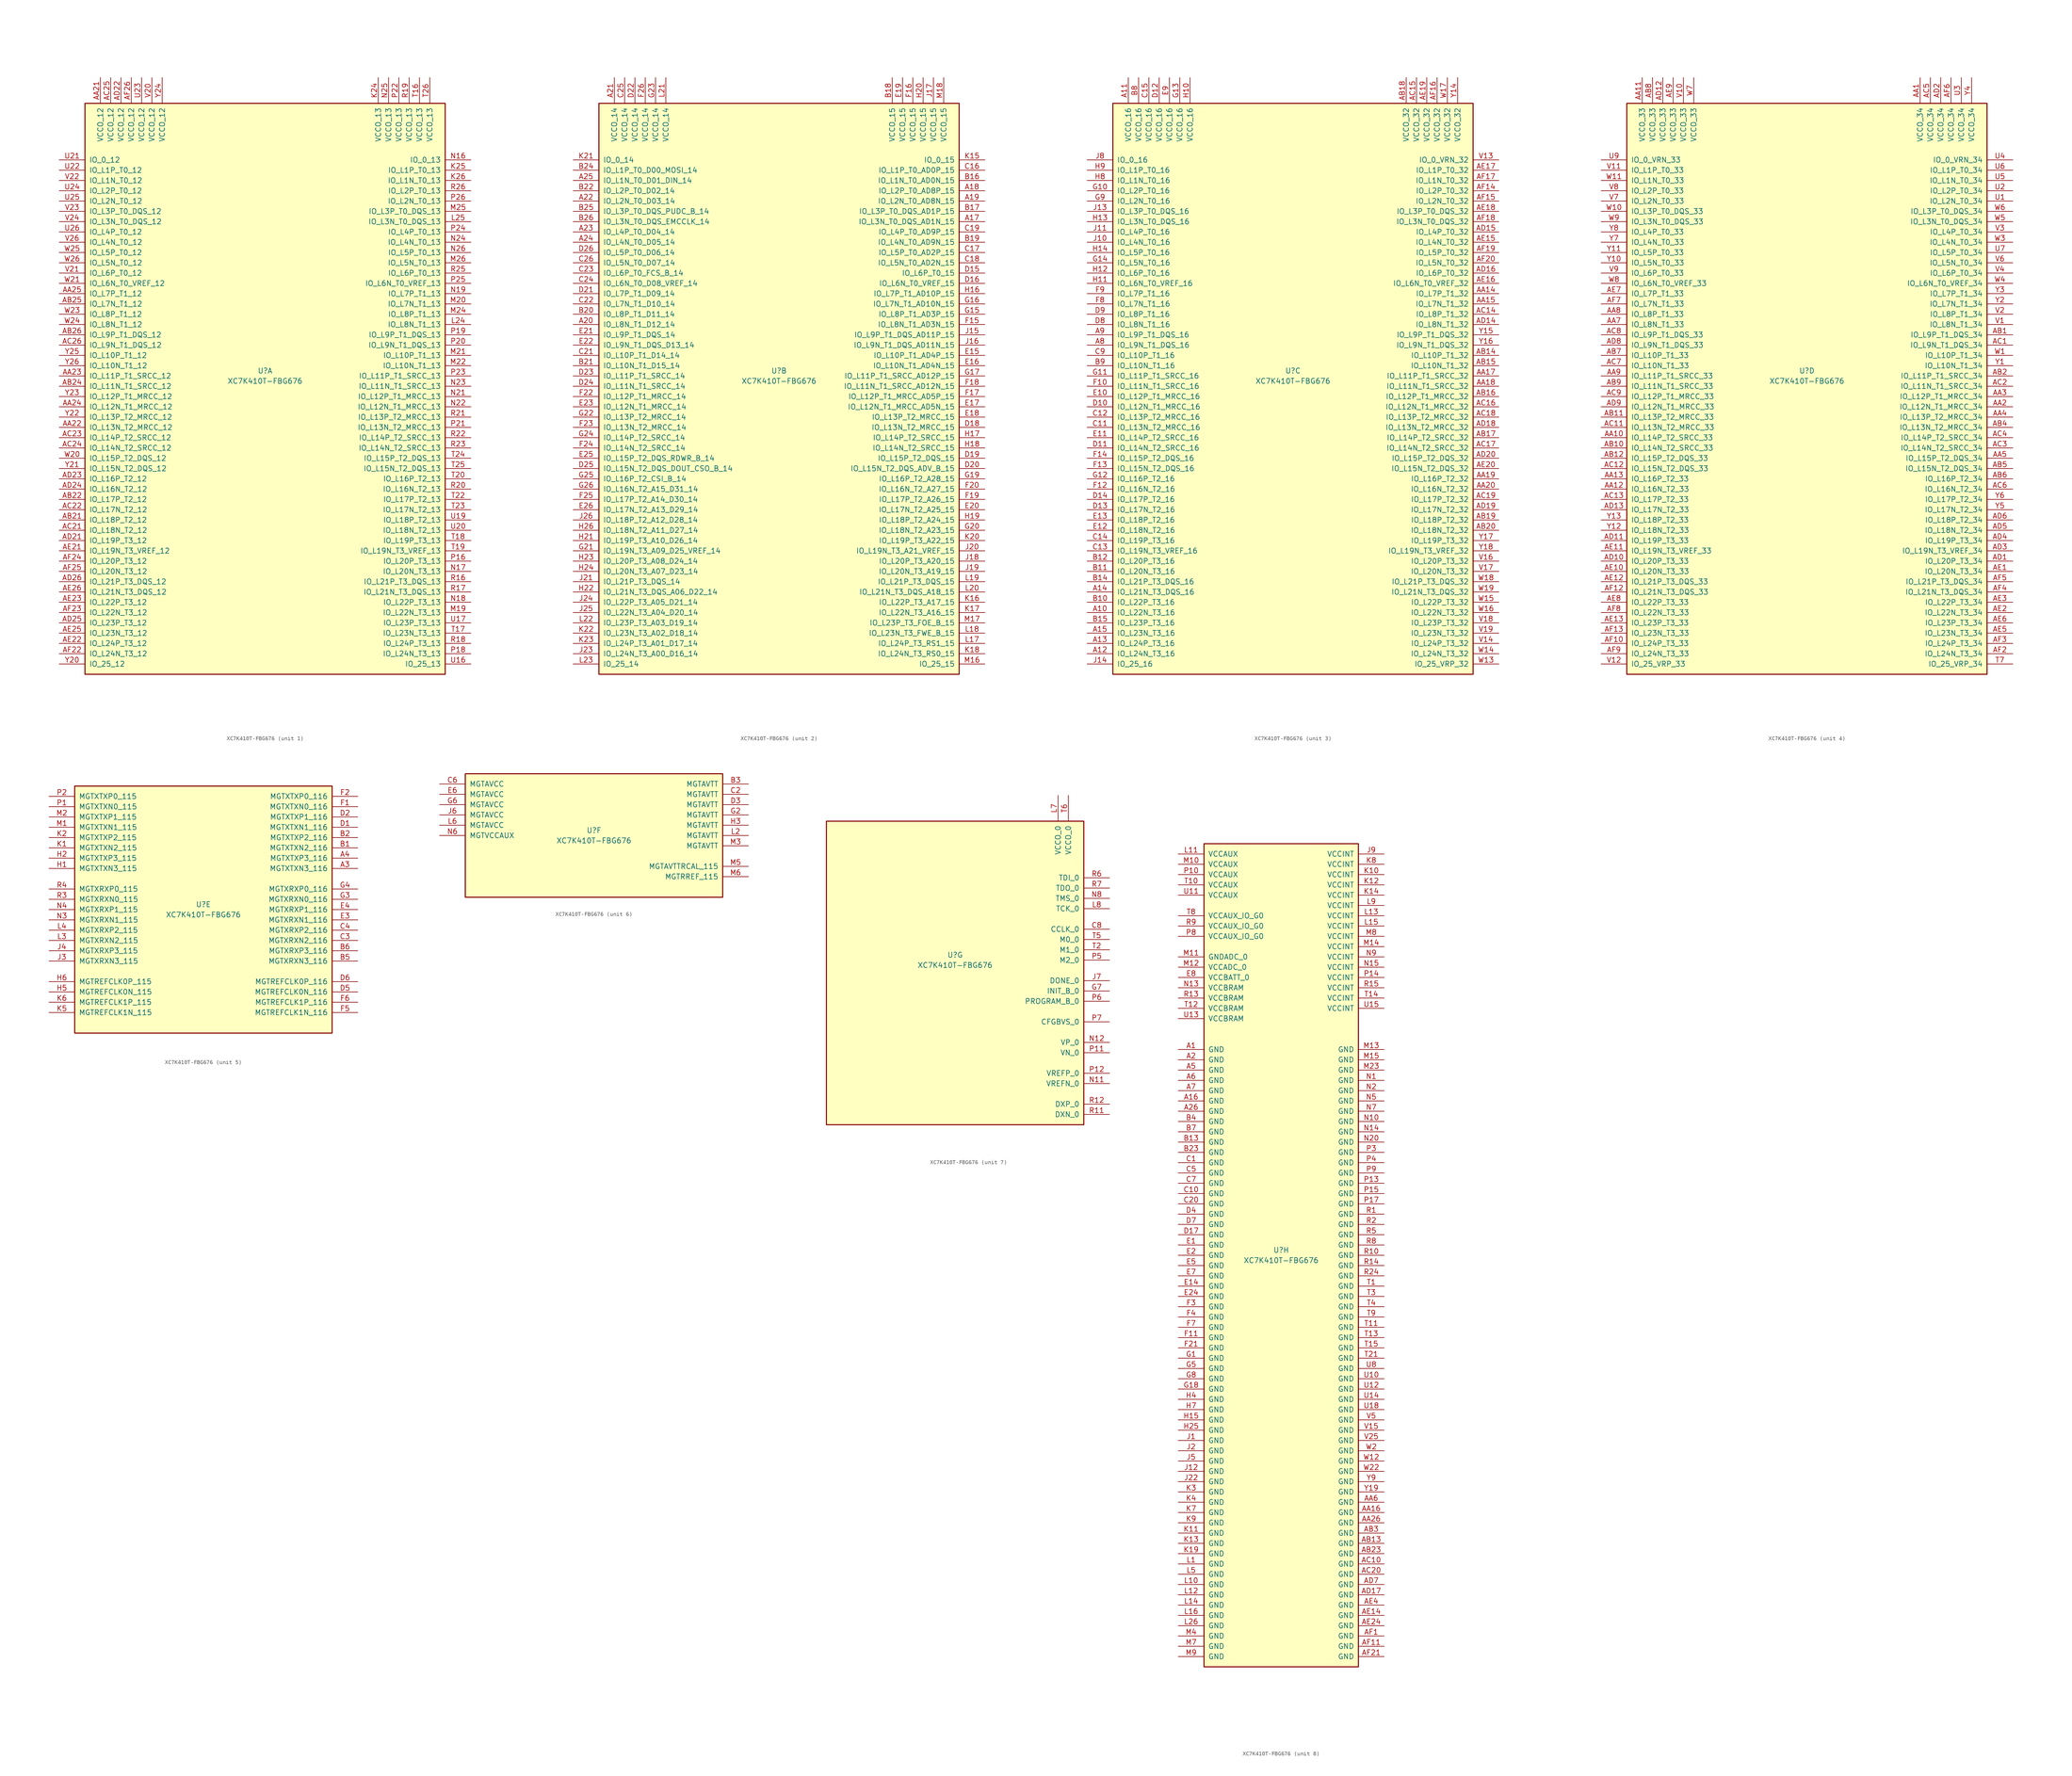
<source format=kicad_sym>
(kicad_symbol_lib
  (version 20211014)
  (generator kicad_symbol_editor)
  (symbol "XC7K410T-FBG676"
    (pin_names
      (offset 1.016))
    (property "Reference" "U"
      (at 0 1.27 0)
      (effects (font (size 1.27 1.27))))
    (property "Value" "XC7K410T-FBG676"
      (at 0 -1.27 0)
      (effects (font (size 1.27 1.27))))
    (property "Datasheet" ""
      (at 0 0 0)
      (effects (font (size 1.27 1.27))))
    (property "ki_locked" ""
      (at 0 0 0)
      (effects (font (size 1.27 1.27))))
    (symbol "XC7K410T-FBG676_1_1"
      (rectangle (start -44.45 67.31) (end 44.45 -73.66) (stroke (width 0.254) (type default) (color 0 0 0 0)) (fill (type background)))
      (pin power_in line (at -40.64 73.66 270) (length 6.35) (name "VCCO_12" (effects (font (size 1.27 1.27)))) (number "AA21" (effects (font (size 1.27 1.27)))))
      (pin bidirectional line (at -50.8 -12.7 0) (length 6.35) (name "IO_L13N_T2_MRCC_12" (effects (font (size 1.27 1.27)))) (number "AA22" (effects (font (size 1.27 1.27)))))
      (pin bidirectional line (at -50.8 0 0) (length 6.35) (name "IO_L11P_T1_SRCC_12" (effects (font (size 1.27 1.27)))) (number "AA23" (effects (font (size 1.27 1.27)))))
      (pin bidirectional line (at -50.8 -7.62 0) (length 6.35) (name "IO_L12N_T1_MRCC_12" (effects (font (size 1.27 1.27)))) (number "AA24" (effects (font (size 1.27 1.27)))))
      (pin bidirectional line (at -50.8 20.32 0) (length 6.35) (name "IO_L7P_T1_12" (effects (font (size 1.27 1.27)))) (number "AA25" (effects (font (size 1.27 1.27)))))
      (pin bidirectional line (at -50.8 -35.56 0) (length 6.35) (name "IO_L18P_T2_12" (effects (font (size 1.27 1.27)))) (number "AB21" (effects (font (size 1.27 1.27)))))
      (pin bidirectional line (at -50.8 -30.48 0) (length 6.35) (name "IO_L17P_T2_12" (effects (font (size 1.27 1.27)))) (number "AB22" (effects (font (size 1.27 1.27)))))
      (pin bidirectional line (at -50.8 -2.54 0) (length 6.35) (name "IO_L11N_T1_SRCC_12" (effects (font (size 1.27 1.27)))) (number "AB24" (effects (font (size 1.27 1.27)))))
      (pin bidirectional line (at -50.8 17.78 0) (length 6.35) (name "IO_L7N_T1_12" (effects (font (size 1.27 1.27)))) (number "AB25" (effects (font (size 1.27 1.27)))))
      (pin bidirectional line (at -50.8 10.16 0) (length 6.35) (name "IO_L9P_T1_DQS_12" (effects (font (size 1.27 1.27)))) (number "AB26" (effects (font (size 1.27 1.27)))))
      (pin bidirectional line (at -50.8 -38.1 0) (length 6.35) (name "IO_L18N_T2_12" (effects (font (size 1.27 1.27)))) (number "AC21" (effects (font (size 1.27 1.27)))))
      (pin bidirectional line (at -50.8 -33.02 0) (length 6.35) (name "IO_L17N_T2_12" (effects (font (size 1.27 1.27)))) (number "AC22" (effects (font (size 1.27 1.27)))))
      (pin bidirectional line (at -50.8 -15.24 0) (length 6.35) (name "IO_L14P_T2_SRCC_12" (effects (font (size 1.27 1.27)))) (number "AC23" (effects (font (size 1.27 1.27)))))
      (pin bidirectional line (at -50.8 -17.78 0) (length 6.35) (name "IO_L14N_T2_SRCC_12" (effects (font (size 1.27 1.27)))) (number "AC24" (effects (font (size 1.27 1.27)))))
      (pin power_in line (at -38.1 73.66 270) (length 6.35) (name "VCCO_12" (effects (font (size 1.27 1.27)))) (number "AC25" (effects (font (size 1.27 1.27)))))
      (pin bidirectional line (at -50.8 7.62 0) (length 6.35) (name "IO_L9N_T1_DQS_12" (effects (font (size 1.27 1.27)))) (number "AC26" (effects (font (size 1.27 1.27)))))
      (pin bidirectional line (at -50.8 -40.64 0) (length 6.35) (name "IO_L19P_T3_12" (effects (font (size 1.27 1.27)))) (number "AD21" (effects (font (size 1.27 1.27)))))
      (pin power_in line (at -35.56 73.66 270) (length 6.35) (name "VCCO_12" (effects (font (size 1.27 1.27)))) (number "AD22" (effects (font (size 1.27 1.27)))))
      (pin bidirectional line (at -50.8 -25.4 0) (length 6.35) (name "IO_L16P_T2_12" (effects (font (size 1.27 1.27)))) (number "AD23" (effects (font (size 1.27 1.27)))))
      (pin bidirectional line (at -50.8 -27.94 0) (length 6.35) (name "IO_L16N_T2_12" (effects (font (size 1.27 1.27)))) (number "AD24" (effects (font (size 1.27 1.27)))))
      (pin bidirectional line (at -50.8 -60.96 0) (length 6.35) (name "IO_L23P_T3_12" (effects (font (size 1.27 1.27)))) (number "AD25" (effects (font (size 1.27 1.27)))))
      (pin bidirectional line (at -50.8 -50.8 0) (length 6.35) (name "IO_L21P_T3_DQS_12" (effects (font (size 1.27 1.27)))) (number "AD26" (effects (font (size 1.27 1.27)))))
      (pin bidirectional line (at -50.8 -43.18 0) (length 6.35) (name "IO_L19N_T3_VREF_12" (effects (font (size 1.27 1.27)))) (number "AE21" (effects (font (size 1.27 1.27)))))
      (pin bidirectional line (at -50.8 -66.04 0) (length 6.35) (name "IO_L24P_T3_12" (effects (font (size 1.27 1.27)))) (number "AE22" (effects (font (size 1.27 1.27)))))
      (pin bidirectional line (at -50.8 -55.88 0) (length 6.35) (name "IO_L22P_T3_12" (effects (font (size 1.27 1.27)))) (number "AE23" (effects (font (size 1.27 1.27)))))
      (pin bidirectional line (at -50.8 -63.5 0) (length 6.35) (name "IO_L23N_T3_12" (effects (font (size 1.27 1.27)))) (number "AE25" (effects (font (size 1.27 1.27)))))
      (pin bidirectional line (at -50.8 -53.34 0) (length 6.35) (name "IO_L21N_T3_DQS_12" (effects (font (size 1.27 1.27)))) (number "AE26" (effects (font (size 1.27 1.27)))))
      (pin bidirectional line (at -50.8 -68.58 0) (length 6.35) (name "IO_L24N_T3_12" (effects (font (size 1.27 1.27)))) (number "AF22" (effects (font (size 1.27 1.27)))))
      (pin bidirectional line (at -50.8 -58.42 0) (length 6.35) (name "IO_L22N_T3_12" (effects (font (size 1.27 1.27)))) (number "AF23" (effects (font (size 1.27 1.27)))))
      (pin bidirectional line (at -50.8 -45.72 0) (length 6.35) (name "IO_L20P_T3_12" (effects (font (size 1.27 1.27)))) (number "AF24" (effects (font (size 1.27 1.27)))))
      (pin bidirectional line (at -50.8 -48.26 0) (length 6.35) (name "IO_L20N_T3_12" (effects (font (size 1.27 1.27)))) (number "AF25" (effects (font (size 1.27 1.27)))))
      (pin power_in line (at -33.02 73.66 270) (length 6.35) (name "VCCO_12" (effects (font (size 1.27 1.27)))) (number "AF26" (effects (font (size 1.27 1.27)))))
      (pin power_in line (at 27.94 73.66 270) (length 6.35) (name "VCCO_13" (effects (font (size 1.27 1.27)))) (number "K24" (effects (font (size 1.27 1.27)))))
      (pin bidirectional line (at 50.8 50.8 180) (length 6.35) (name "IO_L1P_T0_13" (effects (font (size 1.27 1.27)))) (number "K25" (effects (font (size 1.27 1.27)))))
      (pin bidirectional line (at 50.8 48.26 180) (length 6.35) (name "IO_L1N_T0_13" (effects (font (size 1.27 1.27)))) (number "K26" (effects (font (size 1.27 1.27)))))
      (pin bidirectional line (at 50.8 12.7 180) (length 6.35) (name "IO_L8N_T1_13" (effects (font (size 1.27 1.27)))) (number "L24" (effects (font (size 1.27 1.27)))))
      (pin bidirectional line (at 50.8 38.1 180) (length 6.35) (name "IO_L3N_T0_DQS_13" (effects (font (size 1.27 1.27)))) (number "L25" (effects (font (size 1.27 1.27)))))
      (pin bidirectional line (at 50.8 -58.42 180) (length 6.35) (name "IO_L22N_T3_13" (effects (font (size 1.27 1.27)))) (number "M19" (effects (font (size 1.27 1.27)))))
      (pin bidirectional line (at 50.8 17.78 180) (length 6.35) (name "IO_L7N_T1_13" (effects (font (size 1.27 1.27)))) (number "M20" (effects (font (size 1.27 1.27)))))
      (pin bidirectional line (at 50.8 5.08 180) (length 6.35) (name "IO_L10P_T1_13" (effects (font (size 1.27 1.27)))) (number "M21" (effects (font (size 1.27 1.27)))))
      (pin bidirectional line (at 50.8 2.54 180) (length 6.35) (name "IO_L10N_T1_13" (effects (font (size 1.27 1.27)))) (number "M22" (effects (font (size 1.27 1.27)))))
      (pin bidirectional line (at 50.8 15.24 180) (length 6.35) (name "IO_L8P_T1_13" (effects (font (size 1.27 1.27)))) (number "M24" (effects (font (size 1.27 1.27)))))
      (pin bidirectional line (at 50.8 40.64 180) (length 6.35) (name "IO_L3P_T0_DQS_13" (effects (font (size 1.27 1.27)))) (number "M25" (effects (font (size 1.27 1.27)))))
      (pin bidirectional line (at 50.8 27.94 180) (length 6.35) (name "IO_L5N_T0_13" (effects (font (size 1.27 1.27)))) (number "M26" (effects (font (size 1.27 1.27)))))
      (pin bidirectional line (at 50.8 53.34 180) (length 6.35) (name "IO_0_13" (effects (font (size 1.27 1.27)))) (number "N16" (effects (font (size 1.27 1.27)))))
      (pin bidirectional line (at 50.8 -48.26 180) (length 6.35) (name "IO_L20N_T3_13" (effects (font (size 1.27 1.27)))) (number "N17" (effects (font (size 1.27 1.27)))))
      (pin bidirectional line (at 50.8 -55.88 180) (length 6.35) (name "IO_L22P_T3_13" (effects (font (size 1.27 1.27)))) (number "N18" (effects (font (size 1.27 1.27)))))
      (pin bidirectional line (at 50.8 20.32 180) (length 6.35) (name "IO_L7P_T1_13" (effects (font (size 1.27 1.27)))) (number "N19" (effects (font (size 1.27 1.27)))))
      (pin bidirectional line (at 50.8 -5.08 180) (length 6.35) (name "IO_L12P_T1_MRCC_13" (effects (font (size 1.27 1.27)))) (number "N21" (effects (font (size 1.27 1.27)))))
      (pin bidirectional line (at 50.8 -7.62 180) (length 6.35) (name "IO_L12N_T1_MRCC_13" (effects (font (size 1.27 1.27)))) (number "N22" (effects (font (size 1.27 1.27)))))
      (pin bidirectional line (at 50.8 -2.54 180) (length 6.35) (name "IO_L11N_T1_SRCC_13" (effects (font (size 1.27 1.27)))) (number "N23" (effects (font (size 1.27 1.27)))))
      (pin bidirectional line (at 50.8 33.02 180) (length 6.35) (name "IO_L4N_T0_13" (effects (font (size 1.27 1.27)))) (number "N24" (effects (font (size 1.27 1.27)))))
      (pin power_in line (at 30.48 73.66 270) (length 6.35) (name "VCCO_13" (effects (font (size 1.27 1.27)))) (number "N25" (effects (font (size 1.27 1.27)))))
      (pin bidirectional line (at 50.8 30.48 180) (length 6.35) (name "IO_L5P_T0_13" (effects (font (size 1.27 1.27)))) (number "N26" (effects (font (size 1.27 1.27)))))
      (pin bidirectional line (at 50.8 -45.72 180) (length 6.35) (name "IO_L20P_T3_13" (effects (font (size 1.27 1.27)))) (number "P16" (effects (font (size 1.27 1.27)))))
      (pin bidirectional line (at 50.8 -68.58 180) (length 6.35) (name "IO_L24N_T3_13" (effects (font (size 1.27 1.27)))) (number "P18" (effects (font (size 1.27 1.27)))))
      (pin bidirectional line (at 50.8 10.16 180) (length 6.35) (name "IO_L9P_T1_DQS_13" (effects (font (size 1.27 1.27)))) (number "P19" (effects (font (size 1.27 1.27)))))
      (pin bidirectional line (at 50.8 7.62 180) (length 6.35) (name "IO_L9N_T1_DQS_13" (effects (font (size 1.27 1.27)))) (number "P20" (effects (font (size 1.27 1.27)))))
      (pin bidirectional line (at 50.8 -12.7 180) (length 6.35) (name "IO_L13N_T2_MRCC_13" (effects (font (size 1.27 1.27)))) (number "P21" (effects (font (size 1.27 1.27)))))
      (pin power_in line (at 33.02 73.66 270) (length 6.35) (name "VCCO_13" (effects (font (size 1.27 1.27)))) (number "P22" (effects (font (size 1.27 1.27)))))
      (pin bidirectional line (at 50.8 0 180) (length 6.35) (name "IO_L11P_T1_SRCC_13" (effects (font (size 1.27 1.27)))) (number "P23" (effects (font (size 1.27 1.27)))))
      (pin bidirectional line (at 50.8 35.56 180) (length 6.35) (name "IO_L4P_T0_13" (effects (font (size 1.27 1.27)))) (number "P24" (effects (font (size 1.27 1.27)))))
      (pin bidirectional line (at 50.8 22.86 180) (length 6.35) (name "IO_L6N_T0_VREF_13" (effects (font (size 1.27 1.27)))) (number "P25" (effects (font (size 1.27 1.27)))))
      (pin bidirectional line (at 50.8 43.18 180) (length 6.35) (name "IO_L2N_T0_13" (effects (font (size 1.27 1.27)))) (number "P26" (effects (font (size 1.27 1.27)))))
      (pin bidirectional line (at 50.8 -50.8 180) (length 6.35) (name "IO_L21P_T3_DQS_13" (effects (font (size 1.27 1.27)))) (number "R16" (effects (font (size 1.27 1.27)))))
      (pin bidirectional line (at 50.8 -53.34 180) (length 6.35) (name "IO_L21N_T3_DQS_13" (effects (font (size 1.27 1.27)))) (number "R17" (effects (font (size 1.27 1.27)))))
      (pin bidirectional line (at 50.8 -66.04 180) (length 6.35) (name "IO_L24P_T3_13" (effects (font (size 1.27 1.27)))) (number "R18" (effects (font (size 1.27 1.27)))))
      (pin power_in line (at 35.56 73.66 270) (length 6.35) (name "VCCO_13" (effects (font (size 1.27 1.27)))) (number "R19" (effects (font (size 1.27 1.27)))))
      (pin bidirectional line (at 50.8 -27.94 180) (length 6.35) (name "IO_L16N_T2_13" (effects (font (size 1.27 1.27)))) (number "R20" (effects (font (size 1.27 1.27)))))
      (pin bidirectional line (at 50.8 -10.16 180) (length 6.35) (name "IO_L13P_T2_MRCC_13" (effects (font (size 1.27 1.27)))) (number "R21" (effects (font (size 1.27 1.27)))))
      (pin bidirectional line (at 50.8 -15.24 180) (length 6.35) (name "IO_L14P_T2_SRCC_13" (effects (font (size 1.27 1.27)))) (number "R22" (effects (font (size 1.27 1.27)))))
      (pin bidirectional line (at 50.8 -17.78 180) (length 6.35) (name "IO_L14N_T2_SRCC_13" (effects (font (size 1.27 1.27)))) (number "R23" (effects (font (size 1.27 1.27)))))
      (pin bidirectional line (at 50.8 25.4 180) (length 6.35) (name "IO_L6P_T0_13" (effects (font (size 1.27 1.27)))) (number "R25" (effects (font (size 1.27 1.27)))))
      (pin bidirectional line (at 50.8 45.72 180) (length 6.35) (name "IO_L2P_T0_13" (effects (font (size 1.27 1.27)))) (number "R26" (effects (font (size 1.27 1.27)))))
      (pin power_in line (at 38.1 73.66 270) (length 6.35) (name "VCCO_13" (effects (font (size 1.27 1.27)))) (number "T16" (effects (font (size 1.27 1.27)))))
      (pin bidirectional line (at 50.8 -63.5 180) (length 6.35) (name "IO_L23N_T3_13" (effects (font (size 1.27 1.27)))) (number "T17" (effects (font (size 1.27 1.27)))))
      (pin bidirectional line (at 50.8 -40.64 180) (length 6.35) (name "IO_L19P_T3_13" (effects (font (size 1.27 1.27)))) (number "T18" (effects (font (size 1.27 1.27)))))
      (pin bidirectional line (at 50.8 -43.18 180) (length 6.35) (name "IO_L19N_T3_VREF_13" (effects (font (size 1.27 1.27)))) (number "T19" (effects (font (size 1.27 1.27)))))
      (pin bidirectional line (at 50.8 -25.4 180) (length 6.35) (name "IO_L16P_T2_13" (effects (font (size 1.27 1.27)))) (number "T20" (effects (font (size 1.27 1.27)))))
      (pin bidirectional line (at 50.8 -30.48 180) (length 6.35) (name "IO_L17P_T2_13" (effects (font (size 1.27 1.27)))) (number "T22" (effects (font (size 1.27 1.27)))))
      (pin bidirectional line (at 50.8 -33.02 180) (length 6.35) (name "IO_L17N_T2_13" (effects (font (size 1.27 1.27)))) (number "T23" (effects (font (size 1.27 1.27)))))
      (pin bidirectional line (at 50.8 -20.32 180) (length 6.35) (name "IO_L15P_T2_DQS_13" (effects (font (size 1.27 1.27)))) (number "T24" (effects (font (size 1.27 1.27)))))
      (pin bidirectional line (at 50.8 -22.86 180) (length 6.35) (name "IO_L15N_T2_DQS_13" (effects (font (size 1.27 1.27)))) (number "T25" (effects (font (size 1.27 1.27)))))
      (pin power_in line (at 40.64 73.66 270) (length 6.35) (name "VCCO_13" (effects (font (size 1.27 1.27)))) (number "T26" (effects (font (size 1.27 1.27)))))
      (pin bidirectional line (at 50.8 -71.12 180) (length 6.35) (name "IO_25_13" (effects (font (size 1.27 1.27)))) (number "U16" (effects (font (size 1.27 1.27)))))
      (pin bidirectional line (at 50.8 -60.96 180) (length 6.35) (name "IO_L23P_T3_13" (effects (font (size 1.27 1.27)))) (number "U17" (effects (font (size 1.27 1.27)))))
      (pin bidirectional line (at 50.8 -35.56 180) (length 6.35) (name "IO_L18P_T2_13" (effects (font (size 1.27 1.27)))) (number "U19" (effects (font (size 1.27 1.27)))))
      (pin bidirectional line (at 50.8 -38.1 180) (length 6.35) (name "IO_L18N_T2_13" (effects (font (size 1.27 1.27)))) (number "U20" (effects (font (size 1.27 1.27)))))
      (pin bidirectional line (at -50.8 53.34 0) (length 6.35) (name "IO_0_12" (effects (font (size 1.27 1.27)))) (number "U21" (effects (font (size 1.27 1.27)))))
      (pin bidirectional line (at -50.8 50.8 0) (length 6.35) (name "IO_L1P_T0_12" (effects (font (size 1.27 1.27)))) (number "U22" (effects (font (size 1.27 1.27)))))
      (pin power_in line (at -30.48 73.66 270) (length 6.35) (name "VCCO_12" (effects (font (size 1.27 1.27)))) (number "U23" (effects (font (size 1.27 1.27)))))
      (pin bidirectional line (at -50.8 45.72 0) (length 6.35) (name "IO_L2P_T0_12" (effects (font (size 1.27 1.27)))) (number "U24" (effects (font (size 1.27 1.27)))))
      (pin bidirectional line (at -50.8 43.18 0) (length 6.35) (name "IO_L2N_T0_12" (effects (font (size 1.27 1.27)))) (number "U25" (effects (font (size 1.27 1.27)))))
      (pin bidirectional line (at -50.8 35.56 0) (length 6.35) (name "IO_L4P_T0_12" (effects (font (size 1.27 1.27)))) (number "U26" (effects (font (size 1.27 1.27)))))
      (pin power_in line (at -27.94 73.66 270) (length 6.35) (name "VCCO_12" (effects (font (size 1.27 1.27)))) (number "V20" (effects (font (size 1.27 1.27)))))
      (pin bidirectional line (at -50.8 25.4 0) (length 6.35) (name "IO_L6P_T0_12" (effects (font (size 1.27 1.27)))) (number "V21" (effects (font (size 1.27 1.27)))))
      (pin bidirectional line (at -50.8 48.26 0) (length 6.35) (name "IO_L1N_T0_12" (effects (font (size 1.27 1.27)))) (number "V22" (effects (font (size 1.27 1.27)))))
      (pin bidirectional line (at -50.8 40.64 0) (length 6.35) (name "IO_L3P_T0_DQS_12" (effects (font (size 1.27 1.27)))) (number "V23" (effects (font (size 1.27 1.27)))))
      (pin bidirectional line (at -50.8 38.1 0) (length 6.35) (name "IO_L3N_T0_DQS_12" (effects (font (size 1.27 1.27)))) (number "V24" (effects (font (size 1.27 1.27)))))
      (pin bidirectional line (at -50.8 33.02 0) (length 6.35) (name "IO_L4N_T0_12" (effects (font (size 1.27 1.27)))) (number "V26" (effects (font (size 1.27 1.27)))))
      (pin bidirectional line (at -50.8 -20.32 0) (length 6.35) (name "IO_L15P_T2_DQS_12" (effects (font (size 1.27 1.27)))) (number "W20" (effects (font (size 1.27 1.27)))))
      (pin bidirectional line (at -50.8 22.86 0) (length 6.35) (name "IO_L6N_T0_VREF_12" (effects (font (size 1.27 1.27)))) (number "W21" (effects (font (size 1.27 1.27)))))
      (pin bidirectional line (at -50.8 15.24 0) (length 6.35) (name "IO_L8P_T1_12" (effects (font (size 1.27 1.27)))) (number "W23" (effects (font (size 1.27 1.27)))))
      (pin bidirectional line (at -50.8 12.7 0) (length 6.35) (name "IO_L8N_T1_12" (effects (font (size 1.27 1.27)))) (number "W24" (effects (font (size 1.27 1.27)))))
      (pin bidirectional line (at -50.8 30.48 0) (length 6.35) (name "IO_L5P_T0_12" (effects (font (size 1.27 1.27)))) (number "W25" (effects (font (size 1.27 1.27)))))
      (pin bidirectional line (at -50.8 27.94 0) (length 6.35) (name "IO_L5N_T0_12" (effects (font (size 1.27 1.27)))) (number "W26" (effects (font (size 1.27 1.27)))))
      (pin bidirectional line (at -50.8 -71.12 0) (length 6.35) (name "IO_25_12" (effects (font (size 1.27 1.27)))) (number "Y20" (effects (font (size 1.27 1.27)))))
      (pin bidirectional line (at -50.8 -22.86 0) (length 6.35) (name "IO_L15N_T2_DQS_12" (effects (font (size 1.27 1.27)))) (number "Y21" (effects (font (size 1.27 1.27)))))
      (pin bidirectional line (at -50.8 -10.16 0) (length 6.35) (name "IO_L13P_T2_MRCC_12" (effects (font (size 1.27 1.27)))) (number "Y22" (effects (font (size 1.27 1.27)))))
      (pin bidirectional line (at -50.8 -5.08 0) (length 6.35) (name "IO_L12P_T1_MRCC_12" (effects (font (size 1.27 1.27)))) (number "Y23" (effects (font (size 1.27 1.27)))))
      (pin power_in line (at -25.4 73.66 270) (length 6.35) (name "VCCO_12" (effects (font (size 1.27 1.27)))) (number "Y24" (effects (font (size 1.27 1.27)))))
      (pin bidirectional line (at -50.8 5.08 0) (length 6.35) (name "IO_L10P_T1_12" (effects (font (size 1.27 1.27)))) (number "Y25" (effects (font (size 1.27 1.27)))))
      (pin bidirectional line (at -50.8 2.54 0) (length 6.35) (name "IO_L10N_T1_12" (effects (font (size 1.27 1.27)))) (number "Y26" (effects (font (size 1.27 1.27))))))
    (symbol "XC7K410T-FBG676_2_1"
      (rectangle (start -44.45 67.31) (end 44.45 -73.66) (stroke (width 0.254) (type default) (color 0 0 0 0)) (fill (type background)))
      (pin bidirectional line (at 50.8 38.1 180) (length 6.35) (name "IO_L3N_T0_DQS_AD1N_15" (effects (font (size 1.27 1.27)))) (number "A17" (effects (font (size 1.27 1.27)))))
      (pin bidirectional line (at 50.8 45.72 180) (length 6.35) (name "IO_L2P_T0_AD8P_15" (effects (font (size 1.27 1.27)))) (number "A18" (effects (font (size 1.27 1.27)))))
      (pin bidirectional line (at 50.8 43.18 180) (length 6.35) (name "IO_L2N_T0_AD8N_15" (effects (font (size 1.27 1.27)))) (number "A19" (effects (font (size 1.27 1.27)))))
      (pin bidirectional line (at -50.8 12.7 0) (length 6.35) (name "IO_L8N_T1_D12_14" (effects (font (size 1.27 1.27)))) (number "A20" (effects (font (size 1.27 1.27)))))
      (pin power_in line (at -40.64 73.66 270) (length 6.35) (name "VCCO_14" (effects (font (size 1.27 1.27)))) (number "A21" (effects (font (size 1.27 1.27)))))
      (pin bidirectional line (at -50.8 43.18 0) (length 6.35) (name "IO_L2N_T0_D03_14" (effects (font (size 1.27 1.27)))) (number "A22" (effects (font (size 1.27 1.27)))))
      (pin bidirectional line (at -50.8 35.56 0) (length 6.35) (name "IO_L4P_T0_D04_14" (effects (font (size 1.27 1.27)))) (number "A23" (effects (font (size 1.27 1.27)))))
      (pin bidirectional line (at -50.8 33.02 0) (length 6.35) (name "IO_L4N_T0_D05_14" (effects (font (size 1.27 1.27)))) (number "A24" (effects (font (size 1.27 1.27)))))
      (pin bidirectional line (at -50.8 48.26 0) (length 6.35) (name "IO_L1N_T0_D01_DIN_14" (effects (font (size 1.27 1.27)))) (number "A25" (effects (font (size 1.27 1.27)))))
      (pin bidirectional line (at 50.8 48.26 180) (length 6.35) (name "IO_L1N_T0_AD0N_15" (effects (font (size 1.27 1.27)))) (number "B16" (effects (font (size 1.27 1.27)))))
      (pin bidirectional line (at 50.8 40.64 180) (length 6.35) (name "IO_L3P_T0_DQS_AD1P_15" (effects (font (size 1.27 1.27)))) (number "B17" (effects (font (size 1.27 1.27)))))
      (pin power_in line (at 27.94 73.66 270) (length 6.35) (name "VCCO_15" (effects (font (size 1.27 1.27)))) (number "B18" (effects (font (size 1.27 1.27)))))
      (pin bidirectional line (at 50.8 33.02 180) (length 6.35) (name "IO_L4N_T0_AD9N_15" (effects (font (size 1.27 1.27)))) (number "B19" (effects (font (size 1.27 1.27)))))
      (pin bidirectional line (at -50.8 15.24 0) (length 6.35) (name "IO_L8P_T1_D11_14" (effects (font (size 1.27 1.27)))) (number "B20" (effects (font (size 1.27 1.27)))))
      (pin bidirectional line (at -50.8 2.54 0) (length 6.35) (name "IO_L10N_T1_D15_14" (effects (font (size 1.27 1.27)))) (number "B21" (effects (font (size 1.27 1.27)))))
      (pin bidirectional line (at -50.8 45.72 0) (length 6.35) (name "IO_L2P_T0_D02_14" (effects (font (size 1.27 1.27)))) (number "B22" (effects (font (size 1.27 1.27)))))
      (pin bidirectional line (at -50.8 50.8 0) (length 6.35) (name "IO_L1P_T0_D00_MOSI_14" (effects (font (size 1.27 1.27)))) (number "B24" (effects (font (size 1.27 1.27)))))
      (pin bidirectional line (at -50.8 40.64 0) (length 6.35) (name "IO_L3P_T0_DQS_PUDC_B_14" (effects (font (size 1.27 1.27)))) (number "B25" (effects (font (size 1.27 1.27)))))
      (pin bidirectional line (at -50.8 38.1 0) (length 6.35) (name "IO_L3N_T0_DQS_EMCCLK_14" (effects (font (size 1.27 1.27)))) (number "B26" (effects (font (size 1.27 1.27)))))
      (pin bidirectional line (at 50.8 50.8 180) (length 6.35) (name "IO_L1P_T0_AD0P_15" (effects (font (size 1.27 1.27)))) (number "C16" (effects (font (size 1.27 1.27)))))
      (pin bidirectional line (at 50.8 30.48 180) (length 6.35) (name "IO_L5P_T0_AD2P_15" (effects (font (size 1.27 1.27)))) (number "C17" (effects (font (size 1.27 1.27)))))
      (pin bidirectional line (at 50.8 27.94 180) (length 6.35) (name "IO_L5N_T0_AD2N_15" (effects (font (size 1.27 1.27)))) (number "C18" (effects (font (size 1.27 1.27)))))
      (pin bidirectional line (at 50.8 35.56 180) (length 6.35) (name "IO_L4P_T0_AD9P_15" (effects (font (size 1.27 1.27)))) (number "C19" (effects (font (size 1.27 1.27)))))
      (pin bidirectional line (at -50.8 5.08 0) (length 6.35) (name "IO_L10P_T1_D14_14" (effects (font (size 1.27 1.27)))) (number "C21" (effects (font (size 1.27 1.27)))))
      (pin bidirectional line (at -50.8 17.78 0) (length 6.35) (name "IO_L7N_T1_D10_14" (effects (font (size 1.27 1.27)))) (number "C22" (effects (font (size 1.27 1.27)))))
      (pin bidirectional line (at -50.8 25.4 0) (length 6.35) (name "IO_L6P_T0_FCS_B_14" (effects (font (size 1.27 1.27)))) (number "C23" (effects (font (size 1.27 1.27)))))
      (pin bidirectional line (at -50.8 22.86 0) (length 6.35) (name "IO_L6N_T0_D08_VREF_14" (effects (font (size 1.27 1.27)))) (number "C24" (effects (font (size 1.27 1.27)))))
      (pin power_in line (at -38.1 73.66 270) (length 6.35) (name "VCCO_14" (effects (font (size 1.27 1.27)))) (number "C25" (effects (font (size 1.27 1.27)))))
      (pin bidirectional line (at -50.8 27.94 0) (length 6.35) (name "IO_L5N_T0_D07_14" (effects (font (size 1.27 1.27)))) (number "C26" (effects (font (size 1.27 1.27)))))
      (pin bidirectional line (at 50.8 25.4 180) (length 6.35) (name "IO_L6P_T0_15" (effects (font (size 1.27 1.27)))) (number "D15" (effects (font (size 1.27 1.27)))))
      (pin bidirectional line (at 50.8 22.86 180) (length 6.35) (name "IO_L6N_T0_VREF_15" (effects (font (size 1.27 1.27)))) (number "D16" (effects (font (size 1.27 1.27)))))
      (pin bidirectional line (at 50.8 -12.7 180) (length 6.35) (name "IO_L13N_T2_MRCC_15" (effects (font (size 1.27 1.27)))) (number "D18" (effects (font (size 1.27 1.27)))))
      (pin bidirectional line (at 50.8 -20.32 180) (length 6.35) (name "IO_L15P_T2_DQS_15" (effects (font (size 1.27 1.27)))) (number "D19" (effects (font (size 1.27 1.27)))))
      (pin bidirectional line (at 50.8 -22.86 180) (length 6.35) (name "IO_L15N_T2_DQS_ADV_B_15" (effects (font (size 1.27 1.27)))) (number "D20" (effects (font (size 1.27 1.27)))))
      (pin bidirectional line (at -50.8 20.32 0) (length 6.35) (name "IO_L7P_T1_D09_14" (effects (font (size 1.27 1.27)))) (number "D21" (effects (font (size 1.27 1.27)))))
      (pin power_in line (at -35.56 73.66 270) (length 6.35) (name "VCCO_14" (effects (font (size 1.27 1.27)))) (number "D22" (effects (font (size 1.27 1.27)))))
      (pin bidirectional line (at -50.8 0 0) (length 6.35) (name "IO_L11P_T1_SRCC_14" (effects (font (size 1.27 1.27)))) (number "D23" (effects (font (size 1.27 1.27)))))
      (pin bidirectional line (at -50.8 -2.54 0) (length 6.35) (name "IO_L11N_T1_SRCC_14" (effects (font (size 1.27 1.27)))) (number "D24" (effects (font (size 1.27 1.27)))))
      (pin bidirectional line (at -50.8 -22.86 0) (length 6.35) (name "IO_L15N_T2_DQS_DOUT_CSO_B_14" (effects (font (size 1.27 1.27)))) (number "D25" (effects (font (size 1.27 1.27)))))
      (pin bidirectional line (at -50.8 30.48 0) (length 6.35) (name "IO_L5P_T0_D06_14" (effects (font (size 1.27 1.27)))) (number "D26" (effects (font (size 1.27 1.27)))))
      (pin bidirectional line (at 50.8 5.08 180) (length 6.35) (name "IO_L10P_T1_AD4P_15" (effects (font (size 1.27 1.27)))) (number "E15" (effects (font (size 1.27 1.27)))))
      (pin bidirectional line (at 50.8 2.54 180) (length 6.35) (name "IO_L10N_T1_AD4N_15" (effects (font (size 1.27 1.27)))) (number "E16" (effects (font (size 1.27 1.27)))))
      (pin bidirectional line (at 50.8 -7.62 180) (length 6.35) (name "IO_L12N_T1_MRCC_AD5N_15" (effects (font (size 1.27 1.27)))) (number "E17" (effects (font (size 1.27 1.27)))))
      (pin bidirectional line (at 50.8 -10.16 180) (length 6.35) (name "IO_L13P_T2_MRCC_15" (effects (font (size 1.27 1.27)))) (number "E18" (effects (font (size 1.27 1.27)))))
      (pin power_in line (at 30.48 73.66 270) (length 6.35) (name "VCCO_15" (effects (font (size 1.27 1.27)))) (number "E19" (effects (font (size 1.27 1.27)))))
      (pin bidirectional line (at 50.8 -33.02 180) (length 6.35) (name "IO_L17N_T2_A25_15" (effects (font (size 1.27 1.27)))) (number "E20" (effects (font (size 1.27 1.27)))))
      (pin bidirectional line (at -50.8 10.16 0) (length 6.35) (name "IO_L9P_T1_DQS_14" (effects (font (size 1.27 1.27)))) (number "E21" (effects (font (size 1.27 1.27)))))
      (pin bidirectional line (at -50.8 7.62 0) (length 6.35) (name "IO_L9N_T1_DQS_D13_14" (effects (font (size 1.27 1.27)))) (number "E22" (effects (font (size 1.27 1.27)))))
      (pin bidirectional line (at -50.8 -7.62 0) (length 6.35) (name "IO_L12N_T1_MRCC_14" (effects (font (size 1.27 1.27)))) (number "E23" (effects (font (size 1.27 1.27)))))
      (pin bidirectional line (at -50.8 -20.32 0) (length 6.35) (name "IO_L15P_T2_DQS_RDWR_B_14" (effects (font (size 1.27 1.27)))) (number "E25" (effects (font (size 1.27 1.27)))))
      (pin bidirectional line (at -50.8 -33.02 0) (length 6.35) (name "IO_L17N_T2_A13_D29_14" (effects (font (size 1.27 1.27)))) (number "E26" (effects (font (size 1.27 1.27)))))
      (pin bidirectional line (at 50.8 12.7 180) (length 6.35) (name "IO_L8N_T1_AD3N_15" (effects (font (size 1.27 1.27)))) (number "F15" (effects (font (size 1.27 1.27)))))
      (pin power_in line (at 33.02 73.66 270) (length 6.35) (name "VCCO_15" (effects (font (size 1.27 1.27)))) (number "F16" (effects (font (size 1.27 1.27)))))
      (pin bidirectional line (at 50.8 -5.08 180) (length 6.35) (name "IO_L12P_T1_MRCC_AD5P_15" (effects (font (size 1.27 1.27)))) (number "F17" (effects (font (size 1.27 1.27)))))
      (pin bidirectional line (at 50.8 -2.54 180) (length 6.35) (name "IO_L11N_T1_SRCC_AD12N_15" (effects (font (size 1.27 1.27)))) (number "F18" (effects (font (size 1.27 1.27)))))
      (pin bidirectional line (at 50.8 -30.48 180) (length 6.35) (name "IO_L17P_T2_A26_15" (effects (font (size 1.27 1.27)))) (number "F19" (effects (font (size 1.27 1.27)))))
      (pin bidirectional line (at 50.8 -27.94 180) (length 6.35) (name "IO_L16N_T2_A27_15" (effects (font (size 1.27 1.27)))) (number "F20" (effects (font (size 1.27 1.27)))))
      (pin bidirectional line (at -50.8 -5.08 0) (length 6.35) (name "IO_L12P_T1_MRCC_14" (effects (font (size 1.27 1.27)))) (number "F22" (effects (font (size 1.27 1.27)))))
      (pin bidirectional line (at -50.8 -12.7 0) (length 6.35) (name "IO_L13N_T2_MRCC_14" (effects (font (size 1.27 1.27)))) (number "F23" (effects (font (size 1.27 1.27)))))
      (pin bidirectional line (at -50.8 -17.78 0) (length 6.35) (name "IO_L14N_T2_SRCC_14" (effects (font (size 1.27 1.27)))) (number "F24" (effects (font (size 1.27 1.27)))))
      (pin bidirectional line (at -50.8 -30.48 0) (length 6.35) (name "IO_L17P_T2_A14_D30_14" (effects (font (size 1.27 1.27)))) (number "F25" (effects (font (size 1.27 1.27)))))
      (pin power_in line (at -33.02 73.66 270) (length 6.35) (name "VCCO_14" (effects (font (size 1.27 1.27)))) (number "F26" (effects (font (size 1.27 1.27)))))
      (pin bidirectional line (at 50.8 15.24 180) (length 6.35) (name "IO_L8P_T1_AD3P_15" (effects (font (size 1.27 1.27)))) (number "G15" (effects (font (size 1.27 1.27)))))
      (pin bidirectional line (at 50.8 17.78 180) (length 6.35) (name "IO_L7N_T1_AD10N_15" (effects (font (size 1.27 1.27)))) (number "G16" (effects (font (size 1.27 1.27)))))
      (pin bidirectional line (at 50.8 0 180) (length 6.35) (name "IO_L11P_T1_SRCC_AD12P_15" (effects (font (size 1.27 1.27)))) (number "G17" (effects (font (size 1.27 1.27)))))
      (pin bidirectional line (at 50.8 -25.4 180) (length 6.35) (name "IO_L16P_T2_A28_15" (effects (font (size 1.27 1.27)))) (number "G19" (effects (font (size 1.27 1.27)))))
      (pin bidirectional line (at 50.8 -38.1 180) (length 6.35) (name "IO_L18N_T2_A23_15" (effects (font (size 1.27 1.27)))) (number "G20" (effects (font (size 1.27 1.27)))))
      (pin bidirectional line (at -50.8 -43.18 0) (length 6.35) (name "IO_L19N_T3_A09_D25_VREF_14" (effects (font (size 1.27 1.27)))) (number "G21" (effects (font (size 1.27 1.27)))))
      (pin bidirectional line (at -50.8 -10.16 0) (length 6.35) (name "IO_L13P_T2_MRCC_14" (effects (font (size 1.27 1.27)))) (number "G22" (effects (font (size 1.27 1.27)))))
      (pin power_in line (at -30.48 73.66 270) (length 6.35) (name "VCCO_14" (effects (font (size 1.27 1.27)))) (number "G23" (effects (font (size 1.27 1.27)))))
      (pin bidirectional line (at -50.8 -15.24 0) (length 6.35) (name "IO_L14P_T2_SRCC_14" (effects (font (size 1.27 1.27)))) (number "G24" (effects (font (size 1.27 1.27)))))
      (pin bidirectional line (at -50.8 -25.4 0) (length 6.35) (name "IO_L16P_T2_CSI_B_14" (effects (font (size 1.27 1.27)))) (number "G25" (effects (font (size 1.27 1.27)))))
      (pin bidirectional line (at -50.8 -27.94 0) (length 6.35) (name "IO_L16N_T2_A15_D31_14" (effects (font (size 1.27 1.27)))) (number "G26" (effects (font (size 1.27 1.27)))))
      (pin bidirectional line (at 50.8 20.32 180) (length 6.35) (name "IO_L7P_T1_AD10P_15" (effects (font (size 1.27 1.27)))) (number "H16" (effects (font (size 1.27 1.27)))))
      (pin bidirectional line (at 50.8 -15.24 180) (length 6.35) (name "IO_L14P_T2_SRCC_15" (effects (font (size 1.27 1.27)))) (number "H17" (effects (font (size 1.27 1.27)))))
      (pin bidirectional line (at 50.8 -17.78 180) (length 6.35) (name "IO_L14N_T2_SRCC_15" (effects (font (size 1.27 1.27)))) (number "H18" (effects (font (size 1.27 1.27)))))
      (pin bidirectional line (at 50.8 -35.56 180) (length 6.35) (name "IO_L18P_T2_A24_15" (effects (font (size 1.27 1.27)))) (number "H19" (effects (font (size 1.27 1.27)))))
      (pin power_in line (at 35.56 73.66 270) (length 6.35) (name "VCCO_15" (effects (font (size 1.27 1.27)))) (number "H20" (effects (font (size 1.27 1.27)))))
      (pin bidirectional line (at -50.8 -40.64 0) (length 6.35) (name "IO_L19P_T3_A10_D26_14" (effects (font (size 1.27 1.27)))) (number "H21" (effects (font (size 1.27 1.27)))))
      (pin bidirectional line (at -50.8 -53.34 0) (length 6.35) (name "IO_L21N_T3_DQS_A06_D22_14" (effects (font (size 1.27 1.27)))) (number "H22" (effects (font (size 1.27 1.27)))))
      (pin bidirectional line (at -50.8 -45.72 0) (length 6.35) (name "IO_L20P_T3_A08_D24_14" (effects (font (size 1.27 1.27)))) (number "H23" (effects (font (size 1.27 1.27)))))
      (pin bidirectional line (at -50.8 -48.26 0) (length 6.35) (name "IO_L20N_T3_A07_D23_14" (effects (font (size 1.27 1.27)))) (number "H24" (effects (font (size 1.27 1.27)))))
      (pin bidirectional line (at -50.8 -38.1 0) (length 6.35) (name "IO_L18N_T2_A11_D27_14" (effects (font (size 1.27 1.27)))) (number "H26" (effects (font (size 1.27 1.27)))))
      (pin bidirectional line (at 50.8 10.16 180) (length 6.35) (name "IO_L9P_T1_DQS_AD11P_15" (effects (font (size 1.27 1.27)))) (number "J15" (effects (font (size 1.27 1.27)))))
      (pin bidirectional line (at 50.8 7.62 180) (length 6.35) (name "IO_L9N_T1_DQS_AD11N_15" (effects (font (size 1.27 1.27)))) (number "J16" (effects (font (size 1.27 1.27)))))
      (pin power_in line (at 38.1 73.66 270) (length 6.35) (name "VCCO_15" (effects (font (size 1.27 1.27)))) (number "J17" (effects (font (size 1.27 1.27)))))
      (pin bidirectional line (at 50.8 -45.72 180) (length 6.35) (name "IO_L20P_T3_A20_15" (effects (font (size 1.27 1.27)))) (number "J18" (effects (font (size 1.27 1.27)))))
      (pin bidirectional line (at 50.8 -48.26 180) (length 6.35) (name "IO_L20N_T3_A19_15" (effects (font (size 1.27 1.27)))) (number "J19" (effects (font (size 1.27 1.27)))))
      (pin bidirectional line (at 50.8 -43.18 180) (length 6.35) (name "IO_L19N_T3_A21_VREF_15" (effects (font (size 1.27 1.27)))) (number "J20" (effects (font (size 1.27 1.27)))))
      (pin bidirectional line (at -50.8 -50.8 0) (length 6.35) (name "IO_L21P_T3_DQS_14" (effects (font (size 1.27 1.27)))) (number "J21" (effects (font (size 1.27 1.27)))))
      (pin bidirectional line (at -50.8 -68.58 0) (length 6.35) (name "IO_L24N_T3_A00_D16_14" (effects (font (size 1.27 1.27)))) (number "J23" (effects (font (size 1.27 1.27)))))
      (pin bidirectional line (at -50.8 -55.88 0) (length 6.35) (name "IO_L22P_T3_A05_D21_14" (effects (font (size 1.27 1.27)))) (number "J24" (effects (font (size 1.27 1.27)))))
      (pin bidirectional line (at -50.8 -58.42 0) (length 6.35) (name "IO_L22N_T3_A04_D20_14" (effects (font (size 1.27 1.27)))) (number "J25" (effects (font (size 1.27 1.27)))))
      (pin bidirectional line (at -50.8 -35.56 0) (length 6.35) (name "IO_L18P_T2_A12_D28_14" (effects (font (size 1.27 1.27)))) (number "J26" (effects (font (size 1.27 1.27)))))
      (pin bidirectional line (at 50.8 53.34 180) (length 6.35) (name "IO_0_15" (effects (font (size 1.27 1.27)))) (number "K15" (effects (font (size 1.27 1.27)))))
      (pin bidirectional line (at 50.8 -55.88 180) (length 6.35) (name "IO_L22P_T3_A17_15" (effects (font (size 1.27 1.27)))) (number "K16" (effects (font (size 1.27 1.27)))))
      (pin bidirectional line (at 50.8 -58.42 180) (length 6.35) (name "IO_L22N_T3_A16_15" (effects (font (size 1.27 1.27)))) (number "K17" (effects (font (size 1.27 1.27)))))
      (pin bidirectional line (at 50.8 -68.58 180) (length 6.35) (name "IO_L24N_T3_RS0_15" (effects (font (size 1.27 1.27)))) (number "K18" (effects (font (size 1.27 1.27)))))
      (pin bidirectional line (at 50.8 -40.64 180) (length 6.35) (name "IO_L19P_T3_A22_15" (effects (font (size 1.27 1.27)))) (number "K20" (effects (font (size 1.27 1.27)))))
      (pin bidirectional line (at -50.8 53.34 0) (length 6.35) (name "IO_0_14" (effects (font (size 1.27 1.27)))) (number "K21" (effects (font (size 1.27 1.27)))))
      (pin bidirectional line (at -50.8 -63.5 0) (length 6.35) (name "IO_L23N_T3_A02_D18_14" (effects (font (size 1.27 1.27)))) (number "K22" (effects (font (size 1.27 1.27)))))
      (pin bidirectional line (at -50.8 -66.04 0) (length 6.35) (name "IO_L24P_T3_A01_D17_14" (effects (font (size 1.27 1.27)))) (number "K23" (effects (font (size 1.27 1.27)))))
      (pin bidirectional line (at 50.8 -66.04 180) (length 6.35) (name "IO_L24P_T3_RS1_15" (effects (font (size 1.27 1.27)))) (number "L17" (effects (font (size 1.27 1.27)))))
      (pin bidirectional line (at 50.8 -63.5 180) (length 6.35) (name "IO_L23N_T3_FWE_B_15" (effects (font (size 1.27 1.27)))) (number "L18" (effects (font (size 1.27 1.27)))))
      (pin bidirectional line (at 50.8 -50.8 180) (length 6.35) (name "IO_L21P_T3_DQS_15" (effects (font (size 1.27 1.27)))) (number "L19" (effects (font (size 1.27 1.27)))))
      (pin bidirectional line (at 50.8 -53.34 180) (length 6.35) (name "IO_L21N_T3_DQS_A18_15" (effects (font (size 1.27 1.27)))) (number "L20" (effects (font (size 1.27 1.27)))))
      (pin power_in line (at -27.94 73.66 270) (length 6.35) (name "VCCO_14" (effects (font (size 1.27 1.27)))) (number "L21" (effects (font (size 1.27 1.27)))))
      (pin bidirectional line (at -50.8 -60.96 0) (length 6.35) (name "IO_L23P_T3_A03_D19_14" (effects (font (size 1.27 1.27)))) (number "L22" (effects (font (size 1.27 1.27)))))
      (pin bidirectional line (at -50.8 -71.12 0) (length 6.35) (name "IO_25_14" (effects (font (size 1.27 1.27)))) (number "L23" (effects (font (size 1.27 1.27)))))
      (pin bidirectional line (at 50.8 -71.12 180) (length 6.35) (name "IO_25_15" (effects (font (size 1.27 1.27)))) (number "M16" (effects (font (size 1.27 1.27)))))
      (pin bidirectional line (at 50.8 -60.96 180) (length 6.35) (name "IO_L23P_T3_FOE_B_15" (effects (font (size 1.27 1.27)))) (number "M17" (effects (font (size 1.27 1.27)))))
      (pin power_in line (at 40.64 73.66 270) (length 6.35) (name "VCCO_15" (effects (font (size 1.27 1.27)))) (number "M18" (effects (font (size 1.27 1.27))))))
    (symbol "XC7K410T-FBG676_3_1"
      (rectangle (start -44.45 67.31) (end 44.45 -73.66) (stroke (width 0.254) (type default) (color 0 0 0 0)) (fill (type background)))
      (pin bidirectional line (at -50.8 -58.42 0) (length 6.35) (name "IO_L22N_T3_16" (effects (font (size 1.27 1.27)))) (number "A10" (effects (font (size 1.27 1.27)))))
      (pin power_in line (at -40.64 73.66 270) (length 6.35) (name "VCCO_16" (effects (font (size 1.27 1.27)))) (number "A11" (effects (font (size 1.27 1.27)))))
      (pin bidirectional line (at -50.8 -68.58 0) (length 6.35) (name "IO_L24N_T3_16" (effects (font (size 1.27 1.27)))) (number "A12" (effects (font (size 1.27 1.27)))))
      (pin bidirectional line (at -50.8 -66.04 0) (length 6.35) (name "IO_L24P_T3_16" (effects (font (size 1.27 1.27)))) (number "A13" (effects (font (size 1.27 1.27)))))
      (pin bidirectional line (at -50.8 -53.34 0) (length 6.35) (name "IO_L21N_T3_DQS_16" (effects (font (size 1.27 1.27)))) (number "A14" (effects (font (size 1.27 1.27)))))
      (pin bidirectional line (at -50.8 -63.5 0) (length 6.35) (name "IO_L23N_T3_16" (effects (font (size 1.27 1.27)))) (number "A15" (effects (font (size 1.27 1.27)))))
      (pin bidirectional line (at -50.8 7.62 0) (length 6.35) (name "IO_L9N_T1_DQS_16" (effects (font (size 1.27 1.27)))) (number "A8" (effects (font (size 1.27 1.27)))))
      (pin bidirectional line (at -50.8 10.16 0) (length 6.35) (name "IO_L9P_T1_DQS_16" (effects (font (size 1.27 1.27)))) (number "A9" (effects (font (size 1.27 1.27)))))
      (pin bidirectional line (at 50.8 20.32 180) (length 6.35) (name "IO_L7P_T1_32" (effects (font (size 1.27 1.27)))) (number "AA14" (effects (font (size 1.27 1.27)))))
      (pin bidirectional line (at 50.8 17.78 180) (length 6.35) (name "IO_L7N_T1_32" (effects (font (size 1.27 1.27)))) (number "AA15" (effects (font (size 1.27 1.27)))))
      (pin bidirectional line (at 50.8 0 180) (length 6.35) (name "IO_L11P_T1_SRCC_32" (effects (font (size 1.27 1.27)))) (number "AA17" (effects (font (size 1.27 1.27)))))
      (pin bidirectional line (at 50.8 -2.54 180) (length 6.35) (name "IO_L11N_T1_SRCC_32" (effects (font (size 1.27 1.27)))) (number "AA18" (effects (font (size 1.27 1.27)))))
      (pin bidirectional line (at 50.8 -25.4 180) (length 6.35) (name "IO_L16P_T2_32" (effects (font (size 1.27 1.27)))) (number "AA19" (effects (font (size 1.27 1.27)))))
      (pin bidirectional line (at 50.8 -27.94 180) (length 6.35) (name "IO_L16N_T2_32" (effects (font (size 1.27 1.27)))) (number "AA20" (effects (font (size 1.27 1.27)))))
      (pin bidirectional line (at 50.8 5.08 180) (length 6.35) (name "IO_L10P_T1_32" (effects (font (size 1.27 1.27)))) (number "AB14" (effects (font (size 1.27 1.27)))))
      (pin bidirectional line (at 50.8 2.54 180) (length 6.35) (name "IO_L10N_T1_32" (effects (font (size 1.27 1.27)))) (number "AB15" (effects (font (size 1.27 1.27)))))
      (pin bidirectional line (at 50.8 -5.08 180) (length 6.35) (name "IO_L12P_T1_MRCC_32" (effects (font (size 1.27 1.27)))) (number "AB16" (effects (font (size 1.27 1.27)))))
      (pin bidirectional line (at 50.8 -15.24 180) (length 6.35) (name "IO_L14P_T2_SRCC_32" (effects (font (size 1.27 1.27)))) (number "AB17" (effects (font (size 1.27 1.27)))))
      (pin power_in line (at 27.94 73.66 270) (length 6.35) (name "VCCO_32" (effects (font (size 1.27 1.27)))) (number "AB18" (effects (font (size 1.27 1.27)))))
      (pin bidirectional line (at 50.8 -35.56 180) (length 6.35) (name "IO_L18P_T2_32" (effects (font (size 1.27 1.27)))) (number "AB19" (effects (font (size 1.27 1.27)))))
      (pin bidirectional line (at 50.8 -38.1 180) (length 6.35) (name "IO_L18N_T2_32" (effects (font (size 1.27 1.27)))) (number "AB20" (effects (font (size 1.27 1.27)))))
      (pin bidirectional line (at 50.8 15.24 180) (length 6.35) (name "IO_L8P_T1_32" (effects (font (size 1.27 1.27)))) (number "AC14" (effects (font (size 1.27 1.27)))))
      (pin power_in line (at 30.48 73.66 270) (length 6.35) (name "VCCO_32" (effects (font (size 1.27 1.27)))) (number "AC15" (effects (font (size 1.27 1.27)))))
      (pin bidirectional line (at 50.8 -7.62 180) (length 6.35) (name "IO_L12N_T1_MRCC_32" (effects (font (size 1.27 1.27)))) (number "AC16" (effects (font (size 1.27 1.27)))))
      (pin bidirectional line (at 50.8 -17.78 180) (length 6.35) (name "IO_L14N_T2_SRCC_32" (effects (font (size 1.27 1.27)))) (number "AC17" (effects (font (size 1.27 1.27)))))
      (pin bidirectional line (at 50.8 -10.16 180) (length 6.35) (name "IO_L13P_T2_MRCC_32" (effects (font (size 1.27 1.27)))) (number "AC18" (effects (font (size 1.27 1.27)))))
      (pin bidirectional line (at 50.8 -30.48 180) (length 6.35) (name "IO_L17P_T2_32" (effects (font (size 1.27 1.27)))) (number "AC19" (effects (font (size 1.27 1.27)))))
      (pin bidirectional line (at 50.8 12.7 180) (length 6.35) (name "IO_L8N_T1_32" (effects (font (size 1.27 1.27)))) (number "AD14" (effects (font (size 1.27 1.27)))))
      (pin bidirectional line (at 50.8 35.56 180) (length 6.35) (name "IO_L4P_T0_32" (effects (font (size 1.27 1.27)))) (number "AD15" (effects (font (size 1.27 1.27)))))
      (pin bidirectional line (at 50.8 25.4 180) (length 6.35) (name "IO_L6P_T0_32" (effects (font (size 1.27 1.27)))) (number "AD16" (effects (font (size 1.27 1.27)))))
      (pin bidirectional line (at 50.8 -12.7 180) (length 6.35) (name "IO_L13N_T2_MRCC_32" (effects (font (size 1.27 1.27)))) (number "AD18" (effects (font (size 1.27 1.27)))))
      (pin bidirectional line (at 50.8 -33.02 180) (length 6.35) (name "IO_L17N_T2_32" (effects (font (size 1.27 1.27)))) (number "AD19" (effects (font (size 1.27 1.27)))))
      (pin bidirectional line (at 50.8 -20.32 180) (length 6.35) (name "IO_L15P_T2_DQS_32" (effects (font (size 1.27 1.27)))) (number "AD20" (effects (font (size 1.27 1.27)))))
      (pin bidirectional line (at 50.8 33.02 180) (length 6.35) (name "IO_L4N_T0_32" (effects (font (size 1.27 1.27)))) (number "AE15" (effects (font (size 1.27 1.27)))))
      (pin bidirectional line (at 50.8 22.86 180) (length 6.35) (name "IO_L6N_T0_VREF_32" (effects (font (size 1.27 1.27)))) (number "AE16" (effects (font (size 1.27 1.27)))))
      (pin bidirectional line (at 50.8 50.8 180) (length 6.35) (name "IO_L1P_T0_32" (effects (font (size 1.27 1.27)))) (number "AE17" (effects (font (size 1.27 1.27)))))
      (pin bidirectional line (at 50.8 40.64 180) (length 6.35) (name "IO_L3P_T0_DQS_32" (effects (font (size 1.27 1.27)))) (number "AE18" (effects (font (size 1.27 1.27)))))
      (pin power_in line (at 33.02 73.66 270) (length 6.35) (name "VCCO_32" (effects (font (size 1.27 1.27)))) (number "AE19" (effects (font (size 1.27 1.27)))))
      (pin bidirectional line (at 50.8 -22.86 180) (length 6.35) (name "IO_L15N_T2_DQS_32" (effects (font (size 1.27 1.27)))) (number "AE20" (effects (font (size 1.27 1.27)))))
      (pin bidirectional line (at 50.8 45.72 180) (length 6.35) (name "IO_L2P_T0_32" (effects (font (size 1.27 1.27)))) (number "AF14" (effects (font (size 1.27 1.27)))))
      (pin bidirectional line (at 50.8 43.18 180) (length 6.35) (name "IO_L2N_T0_32" (effects (font (size 1.27 1.27)))) (number "AF15" (effects (font (size 1.27 1.27)))))
      (pin power_in line (at 35.56 73.66 270) (length 6.35) (name "VCCO_32" (effects (font (size 1.27 1.27)))) (number "AF16" (effects (font (size 1.27 1.27)))))
      (pin bidirectional line (at 50.8 48.26 180) (length 6.35) (name "IO_L1N_T0_32" (effects (font (size 1.27 1.27)))) (number "AF17" (effects (font (size 1.27 1.27)))))
      (pin bidirectional line (at 50.8 38.1 180) (length 6.35) (name "IO_L3N_T0_DQS_32" (effects (font (size 1.27 1.27)))) (number "AF18" (effects (font (size 1.27 1.27)))))
      (pin bidirectional line (at 50.8 30.48 180) (length 6.35) (name "IO_L5P_T0_32" (effects (font (size 1.27 1.27)))) (number "AF19" (effects (font (size 1.27 1.27)))))
      (pin bidirectional line (at 50.8 27.94 180) (length 6.35) (name "IO_L5N_T0_32" (effects (font (size 1.27 1.27)))) (number "AF20" (effects (font (size 1.27 1.27)))))
      (pin bidirectional line (at -50.8 -55.88 0) (length 6.35) (name "IO_L22P_T3_16" (effects (font (size 1.27 1.27)))) (number "B10" (effects (font (size 1.27 1.27)))))
      (pin bidirectional line (at -50.8 -48.26 0) (length 6.35) (name "IO_L20N_T3_16" (effects (font (size 1.27 1.27)))) (number "B11" (effects (font (size 1.27 1.27)))))
      (pin bidirectional line (at -50.8 -45.72 0) (length 6.35) (name "IO_L20P_T3_16" (effects (font (size 1.27 1.27)))) (number "B12" (effects (font (size 1.27 1.27)))))
      (pin bidirectional line (at -50.8 -50.8 0) (length 6.35) (name "IO_L21P_T3_DQS_16" (effects (font (size 1.27 1.27)))) (number "B14" (effects (font (size 1.27 1.27)))))
      (pin bidirectional line (at -50.8 -60.96 0) (length 6.35) (name "IO_L23P_T3_16" (effects (font (size 1.27 1.27)))) (number "B15" (effects (font (size 1.27 1.27)))))
      (pin power_in line (at -38.1 73.66 270) (length 6.35) (name "VCCO_16" (effects (font (size 1.27 1.27)))) (number "B8" (effects (font (size 1.27 1.27)))))
      (pin bidirectional line (at -50.8 2.54 0) (length 6.35) (name "IO_L10N_T1_16" (effects (font (size 1.27 1.27)))) (number "B9" (effects (font (size 1.27 1.27)))))
      (pin bidirectional line (at -50.8 -12.7 0) (length 6.35) (name "IO_L13N_T2_MRCC_16" (effects (font (size 1.27 1.27)))) (number "C11" (effects (font (size 1.27 1.27)))))
      (pin bidirectional line (at -50.8 -10.16 0) (length 6.35) (name "IO_L13P_T2_MRCC_16" (effects (font (size 1.27 1.27)))) (number "C12" (effects (font (size 1.27 1.27)))))
      (pin bidirectional line (at -50.8 -43.18 0) (length 6.35) (name "IO_L19N_T3_VREF_16" (effects (font (size 1.27 1.27)))) (number "C13" (effects (font (size 1.27 1.27)))))
      (pin bidirectional line (at -50.8 -40.64 0) (length 6.35) (name "IO_L19P_T3_16" (effects (font (size 1.27 1.27)))) (number "C14" (effects (font (size 1.27 1.27)))))
      (pin power_in line (at -35.56 73.66 270) (length 6.35) (name "VCCO_16" (effects (font (size 1.27 1.27)))) (number "C15" (effects (font (size 1.27 1.27)))))
      (pin bidirectional line (at -50.8 5.08 0) (length 6.35) (name "IO_L10P_T1_16" (effects (font (size 1.27 1.27)))) (number "C9" (effects (font (size 1.27 1.27)))))
      (pin bidirectional line (at -50.8 -7.62 0) (length 6.35) (name "IO_L12N_T1_MRCC_16" (effects (font (size 1.27 1.27)))) (number "D10" (effects (font (size 1.27 1.27)))))
      (pin bidirectional line (at -50.8 -17.78 0) (length 6.35) (name "IO_L14N_T2_SRCC_16" (effects (font (size 1.27 1.27)))) (number "D11" (effects (font (size 1.27 1.27)))))
      (pin power_in line (at -33.02 73.66 270) (length 6.35) (name "VCCO_16" (effects (font (size 1.27 1.27)))) (number "D12" (effects (font (size 1.27 1.27)))))
      (pin bidirectional line (at -50.8 -33.02 0) (length 6.35) (name "IO_L17N_T2_16" (effects (font (size 1.27 1.27)))) (number "D13" (effects (font (size 1.27 1.27)))))
      (pin bidirectional line (at -50.8 -30.48 0) (length 6.35) (name "IO_L17P_T2_16" (effects (font (size 1.27 1.27)))) (number "D14" (effects (font (size 1.27 1.27)))))
      (pin bidirectional line (at -50.8 12.7 0) (length 6.35) (name "IO_L8N_T1_16" (effects (font (size 1.27 1.27)))) (number "D8" (effects (font (size 1.27 1.27)))))
      (pin bidirectional line (at -50.8 15.24 0) (length 6.35) (name "IO_L8P_T1_16" (effects (font (size 1.27 1.27)))) (number "D9" (effects (font (size 1.27 1.27)))))
      (pin bidirectional line (at -50.8 -5.08 0) (length 6.35) (name "IO_L12P_T1_MRCC_16" (effects (font (size 1.27 1.27)))) (number "E10" (effects (font (size 1.27 1.27)))))
      (pin bidirectional line (at -50.8 -15.24 0) (length 6.35) (name "IO_L14P_T2_SRCC_16" (effects (font (size 1.27 1.27)))) (number "E11" (effects (font (size 1.27 1.27)))))
      (pin bidirectional line (at -50.8 -38.1 0) (length 6.35) (name "IO_L18N_T2_16" (effects (font (size 1.27 1.27)))) (number "E12" (effects (font (size 1.27 1.27)))))
      (pin bidirectional line (at -50.8 -35.56 0) (length 6.35) (name "IO_L18P_T2_16" (effects (font (size 1.27 1.27)))) (number "E13" (effects (font (size 1.27 1.27)))))
      (pin power_in line (at -30.48 73.66 270) (length 6.35) (name "VCCO_16" (effects (font (size 1.27 1.27)))) (number "E9" (effects (font (size 1.27 1.27)))))
      (pin bidirectional line (at -50.8 -2.54 0) (length 6.35) (name "IO_L11N_T1_SRCC_16" (effects (font (size 1.27 1.27)))) (number "F10" (effects (font (size 1.27 1.27)))))
      (pin bidirectional line (at -50.8 -27.94 0) (length 6.35) (name "IO_L16N_T2_16" (effects (font (size 1.27 1.27)))) (number "F12" (effects (font (size 1.27 1.27)))))
      (pin bidirectional line (at -50.8 -22.86 0) (length 6.35) (name "IO_L15N_T2_DQS_16" (effects (font (size 1.27 1.27)))) (number "F13" (effects (font (size 1.27 1.27)))))
      (pin bidirectional line (at -50.8 -20.32 0) (length 6.35) (name "IO_L15P_T2_DQS_16" (effects (font (size 1.27 1.27)))) (number "F14" (effects (font (size 1.27 1.27)))))
      (pin bidirectional line (at -50.8 17.78 0) (length 6.35) (name "IO_L7N_T1_16" (effects (font (size 1.27 1.27)))) (number "F8" (effects (font (size 1.27 1.27)))))
      (pin bidirectional line (at -50.8 20.32 0) (length 6.35) (name "IO_L7P_T1_16" (effects (font (size 1.27 1.27)))) (number "F9" (effects (font (size 1.27 1.27)))))
      (pin bidirectional line (at -50.8 45.72 0) (length 6.35) (name "IO_L2P_T0_16" (effects (font (size 1.27 1.27)))) (number "G10" (effects (font (size 1.27 1.27)))))
      (pin bidirectional line (at -50.8 0 0) (length 6.35) (name "IO_L11P_T1_SRCC_16" (effects (font (size 1.27 1.27)))) (number "G11" (effects (font (size 1.27 1.27)))))
      (pin bidirectional line (at -50.8 -25.4 0) (length 6.35) (name "IO_L16P_T2_16" (effects (font (size 1.27 1.27)))) (number "G12" (effects (font (size 1.27 1.27)))))
      (pin power_in line (at -27.94 73.66 270) (length 6.35) (name "VCCO_16" (effects (font (size 1.27 1.27)))) (number "G13" (effects (font (size 1.27 1.27)))))
      (pin bidirectional line (at -50.8 27.94 0) (length 6.35) (name "IO_L5N_T0_16" (effects (font (size 1.27 1.27)))) (number "G14" (effects (font (size 1.27 1.27)))))
      (pin bidirectional line (at -50.8 43.18 0) (length 6.35) (name "IO_L2N_T0_16" (effects (font (size 1.27 1.27)))) (number "G9" (effects (font (size 1.27 1.27)))))
      (pin power_in line (at -25.4 73.66 270) (length 6.35) (name "VCCO_16" (effects (font (size 1.27 1.27)))) (number "H10" (effects (font (size 1.27 1.27)))))
      (pin bidirectional line (at -50.8 22.86 0) (length 6.35) (name "IO_L6N_T0_VREF_16" (effects (font (size 1.27 1.27)))) (number "H11" (effects (font (size 1.27 1.27)))))
      (pin bidirectional line (at -50.8 25.4 0) (length 6.35) (name "IO_L6P_T0_16" (effects (font (size 1.27 1.27)))) (number "H12" (effects (font (size 1.27 1.27)))))
      (pin bidirectional line (at -50.8 38.1 0) (length 6.35) (name "IO_L3N_T0_DQS_16" (effects (font (size 1.27 1.27)))) (number "H13" (effects (font (size 1.27 1.27)))))
      (pin bidirectional line (at -50.8 30.48 0) (length 6.35) (name "IO_L5P_T0_16" (effects (font (size 1.27 1.27)))) (number "H14" (effects (font (size 1.27 1.27)))))
      (pin bidirectional line (at -50.8 48.26 0) (length 6.35) (name "IO_L1N_T0_16" (effects (font (size 1.27 1.27)))) (number "H8" (effects (font (size 1.27 1.27)))))
      (pin bidirectional line (at -50.8 50.8 0) (length 6.35) (name "IO_L1P_T0_16" (effects (font (size 1.27 1.27)))) (number "H9" (effects (font (size 1.27 1.27)))))
      (pin bidirectional line (at -50.8 33.02 0) (length 6.35) (name "IO_L4N_T0_16" (effects (font (size 1.27 1.27)))) (number "J10" (effects (font (size 1.27 1.27)))))
      (pin bidirectional line (at -50.8 35.56 0) (length 6.35) (name "IO_L4P_T0_16" (effects (font (size 1.27 1.27)))) (number "J11" (effects (font (size 1.27 1.27)))))
      (pin bidirectional line (at -50.8 40.64 0) (length 6.35) (name "IO_L3P_T0_DQS_16" (effects (font (size 1.27 1.27)))) (number "J13" (effects (font (size 1.27 1.27)))))
      (pin bidirectional line (at -50.8 -71.12 0) (length 6.35) (name "IO_25_16" (effects (font (size 1.27 1.27)))) (number "J14" (effects (font (size 1.27 1.27)))))
      (pin bidirectional line (at -50.8 53.34 0) (length 6.35) (name "IO_0_16" (effects (font (size 1.27 1.27)))) (number "J8" (effects (font (size 1.27 1.27)))))
      (pin bidirectional line (at 50.8 53.34 180) (length 6.35) (name "IO_0_VRN_32" (effects (font (size 1.27 1.27)))) (number "V13" (effects (font (size 1.27 1.27)))))
      (pin bidirectional line (at 50.8 -66.04 180) (length 6.35) (name "IO_L24P_T3_32" (effects (font (size 1.27 1.27)))) (number "V14" (effects (font (size 1.27 1.27)))))
      (pin bidirectional line (at 50.8 -45.72 180) (length 6.35) (name "IO_L20P_T3_32" (effects (font (size 1.27 1.27)))) (number "V16" (effects (font (size 1.27 1.27)))))
      (pin bidirectional line (at 50.8 -48.26 180) (length 6.35) (name "IO_L20N_T3_32" (effects (font (size 1.27 1.27)))) (number "V17" (effects (font (size 1.27 1.27)))))
      (pin bidirectional line (at 50.8 -60.96 180) (length 6.35) (name "IO_L23P_T3_32" (effects (font (size 1.27 1.27)))) (number "V18" (effects (font (size 1.27 1.27)))))
      (pin bidirectional line (at 50.8 -63.5 180) (length 6.35) (name "IO_L23N_T3_32" (effects (font (size 1.27 1.27)))) (number "V19" (effects (font (size 1.27 1.27)))))
      (pin bidirectional line (at 50.8 -71.12 180) (length 6.35) (name "IO_25_VRP_32" (effects (font (size 1.27 1.27)))) (number "W13" (effects (font (size 1.27 1.27)))))
      (pin bidirectional line (at 50.8 -68.58 180) (length 6.35) (name "IO_L24N_T3_32" (effects (font (size 1.27 1.27)))) (number "W14" (effects (font (size 1.27 1.27)))))
      (pin bidirectional line (at 50.8 -55.88 180) (length 6.35) (name "IO_L22P_T3_32" (effects (font (size 1.27 1.27)))) (number "W15" (effects (font (size 1.27 1.27)))))
      (pin bidirectional line (at 50.8 -58.42 180) (length 6.35) (name "IO_L22N_T3_32" (effects (font (size 1.27 1.27)))) (number "W16" (effects (font (size 1.27 1.27)))))
      (pin power_in line (at 38.1 73.66 270) (length 6.35) (name "VCCO_32" (effects (font (size 1.27 1.27)))) (number "W17" (effects (font (size 1.27 1.27)))))
      (pin bidirectional line (at 50.8 -50.8 180) (length 6.35) (name "IO_L21P_T3_DQS_32" (effects (font (size 1.27 1.27)))) (number "W18" (effects (font (size 1.27 1.27)))))
      (pin bidirectional line (at 50.8 -53.34 180) (length 6.35) (name "IO_L21N_T3_DQS_32" (effects (font (size 1.27 1.27)))) (number "W19" (effects (font (size 1.27 1.27)))))
      (pin power_in line (at 40.64 73.66 270) (length 6.35) (name "VCCO_32" (effects (font (size 1.27 1.27)))) (number "Y14" (effects (font (size 1.27 1.27)))))
      (pin bidirectional line (at 50.8 10.16 180) (length 6.35) (name "IO_L9P_T1_DQS_32" (effects (font (size 1.27 1.27)))) (number "Y15" (effects (font (size 1.27 1.27)))))
      (pin bidirectional line (at 50.8 7.62 180) (length 6.35) (name "IO_L9N_T1_DQS_32" (effects (font (size 1.27 1.27)))) (number "Y16" (effects (font (size 1.27 1.27)))))
      (pin bidirectional line (at 50.8 -40.64 180) (length 6.35) (name "IO_L19P_T3_32" (effects (font (size 1.27 1.27)))) (number "Y17" (effects (font (size 1.27 1.27)))))
      (pin bidirectional line (at 50.8 -43.18 180) (length 6.35) (name "IO_L19N_T3_VREF_32" (effects (font (size 1.27 1.27)))) (number "Y18" (effects (font (size 1.27 1.27))))))
    (symbol "XC7K410T-FBG676_4_1"
      (rectangle (start -44.45 67.31) (end 44.45 -73.66) (stroke (width 0.254) (type default) (color 0 0 0 0)) (fill (type background)))
      (pin power_in line (at 27.94 73.66 270) (length 6.35) (name "VCCO_34" (effects (font (size 1.27 1.27)))) (number "AA1" (effects (font (size 1.27 1.27)))))
      (pin bidirectional line (at -50.8 -15.24 0) (length 6.35) (name "IO_L14P_T2_SRCC_33" (effects (font (size 1.27 1.27)))) (number "AA10" (effects (font (size 1.27 1.27)))))
      (pin power_in line (at -40.64 73.66 270) (length 6.35) (name "VCCO_33" (effects (font (size 1.27 1.27)))) (number "AA11" (effects (font (size 1.27 1.27)))))
      (pin bidirectional line (at -50.8 -27.94 0) (length 6.35) (name "IO_L16N_T2_33" (effects (font (size 1.27 1.27)))) (number "AA12" (effects (font (size 1.27 1.27)))))
      (pin bidirectional line (at -50.8 -25.4 0) (length 6.35) (name "IO_L16P_T2_33" (effects (font (size 1.27 1.27)))) (number "AA13" (effects (font (size 1.27 1.27)))))
      (pin bidirectional line (at 50.8 -7.62 180) (length 6.35) (name "IO_L12N_T1_MRCC_34" (effects (font (size 1.27 1.27)))) (number "AA2" (effects (font (size 1.27 1.27)))))
      (pin bidirectional line (at 50.8 -5.08 180) (length 6.35) (name "IO_L12P_T1_MRCC_34" (effects (font (size 1.27 1.27)))) (number "AA3" (effects (font (size 1.27 1.27)))))
      (pin bidirectional line (at 50.8 -10.16 180) (length 6.35) (name "IO_L13P_T2_MRCC_34" (effects (font (size 1.27 1.27)))) (number "AA4" (effects (font (size 1.27 1.27)))))
      (pin bidirectional line (at 50.8 -20.32 180) (length 6.35) (name "IO_L15P_T2_DQS_34" (effects (font (size 1.27 1.27)))) (number "AA5" (effects (font (size 1.27 1.27)))))
      (pin bidirectional line (at -50.8 12.7 0) (length 6.35) (name "IO_L8N_T1_33" (effects (font (size 1.27 1.27)))) (number "AA7" (effects (font (size 1.27 1.27)))))
      (pin bidirectional line (at -50.8 15.24 0) (length 6.35) (name "IO_L8P_T1_33" (effects (font (size 1.27 1.27)))) (number "AA8" (effects (font (size 1.27 1.27)))))
      (pin bidirectional line (at -50.8 0 0) (length 6.35) (name "IO_L11P_T1_SRCC_33" (effects (font (size 1.27 1.27)))) (number "AA9" (effects (font (size 1.27 1.27)))))
      (pin bidirectional line (at 50.8 10.16 180) (length 6.35) (name "IO_L9P_T1_DQS_34" (effects (font (size 1.27 1.27)))) (number "AB1" (effects (font (size 1.27 1.27)))))
      (pin bidirectional line (at -50.8 -17.78 0) (length 6.35) (name "IO_L14N_T2_SRCC_33" (effects (font (size 1.27 1.27)))) (number "AB10" (effects (font (size 1.27 1.27)))))
      (pin bidirectional line (at -50.8 -10.16 0) (length 6.35) (name "IO_L13P_T2_MRCC_33" (effects (font (size 1.27 1.27)))) (number "AB11" (effects (font (size 1.27 1.27)))))
      (pin bidirectional line (at -50.8 -20.32 0) (length 6.35) (name "IO_L15P_T2_DQS_33" (effects (font (size 1.27 1.27)))) (number "AB12" (effects (font (size 1.27 1.27)))))
      (pin bidirectional line (at 50.8 0 180) (length 6.35) (name "IO_L11P_T1_SRCC_34" (effects (font (size 1.27 1.27)))) (number "AB2" (effects (font (size 1.27 1.27)))))
      (pin bidirectional line (at 50.8 -12.7 180) (length 6.35) (name "IO_L13N_T2_MRCC_34" (effects (font (size 1.27 1.27)))) (number "AB4" (effects (font (size 1.27 1.27)))))
      (pin bidirectional line (at 50.8 -22.86 180) (length 6.35) (name "IO_L15N_T2_DQS_34" (effects (font (size 1.27 1.27)))) (number "AB5" (effects (font (size 1.27 1.27)))))
      (pin bidirectional line (at 50.8 -25.4 180) (length 6.35) (name "IO_L16P_T2_34" (effects (font (size 1.27 1.27)))) (number "AB6" (effects (font (size 1.27 1.27)))))
      (pin bidirectional line (at -50.8 5.08 0) (length 6.35) (name "IO_L10P_T1_33" (effects (font (size 1.27 1.27)))) (number "AB7" (effects (font (size 1.27 1.27)))))
      (pin power_in line (at -38.1 73.66 270) (length 6.35) (name "VCCO_33" (effects (font (size 1.27 1.27)))) (number "AB8" (effects (font (size 1.27 1.27)))))
      (pin bidirectional line (at -50.8 -2.54 0) (length 6.35) (name "IO_L11N_T1_SRCC_33" (effects (font (size 1.27 1.27)))) (number "AB9" (effects (font (size 1.27 1.27)))))
      (pin bidirectional line (at 50.8 7.62 180) (length 6.35) (name "IO_L9N_T1_DQS_34" (effects (font (size 1.27 1.27)))) (number "AC1" (effects (font (size 1.27 1.27)))))
      (pin bidirectional line (at -50.8 -12.7 0) (length 6.35) (name "IO_L13N_T2_MRCC_33" (effects (font (size 1.27 1.27)))) (number "AC11" (effects (font (size 1.27 1.27)))))
      (pin bidirectional line (at -50.8 -22.86 0) (length 6.35) (name "IO_L15N_T2_DQS_33" (effects (font (size 1.27 1.27)))) (number "AC12" (effects (font (size 1.27 1.27)))))
      (pin bidirectional line (at -50.8 -30.48 0) (length 6.35) (name "IO_L17P_T2_33" (effects (font (size 1.27 1.27)))) (number "AC13" (effects (font (size 1.27 1.27)))))
      (pin bidirectional line (at 50.8 -2.54 180) (length 6.35) (name "IO_L11N_T1_SRCC_34" (effects (font (size 1.27 1.27)))) (number "AC2" (effects (font (size 1.27 1.27)))))
      (pin bidirectional line (at 50.8 -17.78 180) (length 6.35) (name "IO_L14N_T2_SRCC_34" (effects (font (size 1.27 1.27)))) (number "AC3" (effects (font (size 1.27 1.27)))))
      (pin bidirectional line (at 50.8 -15.24 180) (length 6.35) (name "IO_L14P_T2_SRCC_34" (effects (font (size 1.27 1.27)))) (number "AC4" (effects (font (size 1.27 1.27)))))
      (pin power_in line (at 30.48 73.66 270) (length 6.35) (name "VCCO_34" (effects (font (size 1.27 1.27)))) (number "AC5" (effects (font (size 1.27 1.27)))))
      (pin bidirectional line (at 50.8 -27.94 180) (length 6.35) (name "IO_L16N_T2_34" (effects (font (size 1.27 1.27)))) (number "AC6" (effects (font (size 1.27 1.27)))))
      (pin bidirectional line (at -50.8 2.54 0) (length 6.35) (name "IO_L10N_T1_33" (effects (font (size 1.27 1.27)))) (number "AC7" (effects (font (size 1.27 1.27)))))
      (pin bidirectional line (at -50.8 10.16 0) (length 6.35) (name "IO_L9P_T1_DQS_33" (effects (font (size 1.27 1.27)))) (number "AC8" (effects (font (size 1.27 1.27)))))
      (pin bidirectional line (at -50.8 -5.08 0) (length 6.35) (name "IO_L12P_T1_MRCC_33" (effects (font (size 1.27 1.27)))) (number "AC9" (effects (font (size 1.27 1.27)))))
      (pin bidirectional line (at 50.8 -45.72 180) (length 6.35) (name "IO_L20P_T3_34" (effects (font (size 1.27 1.27)))) (number "AD1" (effects (font (size 1.27 1.27)))))
      (pin bidirectional line (at -50.8 -45.72 0) (length 6.35) (name "IO_L20P_T3_33" (effects (font (size 1.27 1.27)))) (number "AD10" (effects (font (size 1.27 1.27)))))
      (pin bidirectional line (at -50.8 -40.64 0) (length 6.35) (name "IO_L19P_T3_33" (effects (font (size 1.27 1.27)))) (number "AD11" (effects (font (size 1.27 1.27)))))
      (pin power_in line (at -35.56 73.66 270) (length 6.35) (name "VCCO_33" (effects (font (size 1.27 1.27)))) (number "AD12" (effects (font (size 1.27 1.27)))))
      (pin bidirectional line (at -50.8 -33.02 0) (length 6.35) (name "IO_L17N_T2_33" (effects (font (size 1.27 1.27)))) (number "AD13" (effects (font (size 1.27 1.27)))))
      (pin power_in line (at 33.02 73.66 270) (length 6.35) (name "VCCO_34" (effects (font (size 1.27 1.27)))) (number "AD2" (effects (font (size 1.27 1.27)))))
      (pin bidirectional line (at 50.8 -43.18 180) (length 6.35) (name "IO_L19N_T3_VREF_34" (effects (font (size 1.27 1.27)))) (number "AD3" (effects (font (size 1.27 1.27)))))
      (pin bidirectional line (at 50.8 -40.64 180) (length 6.35) (name "IO_L19P_T3_34" (effects (font (size 1.27 1.27)))) (number "AD4" (effects (font (size 1.27 1.27)))))
      (pin bidirectional line (at 50.8 -38.1 180) (length 6.35) (name "IO_L18N_T2_34" (effects (font (size 1.27 1.27)))) (number "AD5" (effects (font (size 1.27 1.27)))))
      (pin bidirectional line (at 50.8 -35.56 180) (length 6.35) (name "IO_L18P_T2_34" (effects (font (size 1.27 1.27)))) (number "AD6" (effects (font (size 1.27 1.27)))))
      (pin bidirectional line (at -50.8 7.62 0) (length 6.35) (name "IO_L9N_T1_DQS_33" (effects (font (size 1.27 1.27)))) (number "AD8" (effects (font (size 1.27 1.27)))))
      (pin bidirectional line (at -50.8 -7.62 0) (length 6.35) (name "IO_L12N_T1_MRCC_33" (effects (font (size 1.27 1.27)))) (number "AD9" (effects (font (size 1.27 1.27)))))
      (pin bidirectional line (at 50.8 -48.26 180) (length 6.35) (name "IO_L20N_T3_34" (effects (font (size 1.27 1.27)))) (number "AE1" (effects (font (size 1.27 1.27)))))
      (pin bidirectional line (at -50.8 -48.26 0) (length 6.35) (name "IO_L20N_T3_33" (effects (font (size 1.27 1.27)))) (number "AE10" (effects (font (size 1.27 1.27)))))
      (pin bidirectional line (at -50.8 -43.18 0) (length 6.35) (name "IO_L19N_T3_VREF_33" (effects (font (size 1.27 1.27)))) (number "AE11" (effects (font (size 1.27 1.27)))))
      (pin bidirectional line (at -50.8 -50.8 0) (length 6.35) (name "IO_L21P_T3_DQS_33" (effects (font (size 1.27 1.27)))) (number "AE12" (effects (font (size 1.27 1.27)))))
      (pin bidirectional line (at -50.8 -60.96 0) (length 6.35) (name "IO_L23P_T3_33" (effects (font (size 1.27 1.27)))) (number "AE13" (effects (font (size 1.27 1.27)))))
      (pin bidirectional line (at 50.8 -58.42 180) (length 6.35) (name "IO_L22N_T3_34" (effects (font (size 1.27 1.27)))) (number "AE2" (effects (font (size 1.27 1.27)))))
      (pin bidirectional line (at 50.8 -55.88 180) (length 6.35) (name "IO_L22P_T3_34" (effects (font (size 1.27 1.27)))) (number "AE3" (effects (font (size 1.27 1.27)))))
      (pin bidirectional line (at 50.8 -63.5 180) (length 6.35) (name "IO_L23N_T3_34" (effects (font (size 1.27 1.27)))) (number "AE5" (effects (font (size 1.27 1.27)))))
      (pin bidirectional line (at 50.8 -60.96 180) (length 6.35) (name "IO_L23P_T3_34" (effects (font (size 1.27 1.27)))) (number "AE6" (effects (font (size 1.27 1.27)))))
      (pin bidirectional line (at -50.8 20.32 0) (length 6.35) (name "IO_L7P_T1_33" (effects (font (size 1.27 1.27)))) (number "AE7" (effects (font (size 1.27 1.27)))))
      (pin bidirectional line (at -50.8 -55.88 0) (length 6.35) (name "IO_L22P_T3_33" (effects (font (size 1.27 1.27)))) (number "AE8" (effects (font (size 1.27 1.27)))))
      (pin power_in line (at -33.02 73.66 270) (length 6.35) (name "VCCO_33" (effects (font (size 1.27 1.27)))) (number "AE9" (effects (font (size 1.27 1.27)))))
      (pin bidirectional line (at -50.8 -66.04 0) (length 6.35) (name "IO_L24P_T3_33" (effects (font (size 1.27 1.27)))) (number "AF10" (effects (font (size 1.27 1.27)))))
      (pin bidirectional line (at -50.8 -53.34 0) (length 6.35) (name "IO_L21N_T3_DQS_33" (effects (font (size 1.27 1.27)))) (number "AF12" (effects (font (size 1.27 1.27)))))
      (pin bidirectional line (at -50.8 -63.5 0) (length 6.35) (name "IO_L23N_T3_33" (effects (font (size 1.27 1.27)))) (number "AF13" (effects (font (size 1.27 1.27)))))
      (pin bidirectional line (at 50.8 -68.58 180) (length 6.35) (name "IO_L24N_T3_34" (effects (font (size 1.27 1.27)))) (number "AF2" (effects (font (size 1.27 1.27)))))
      (pin bidirectional line (at 50.8 -66.04 180) (length 6.35) (name "IO_L24P_T3_34" (effects (font (size 1.27 1.27)))) (number "AF3" (effects (font (size 1.27 1.27)))))
      (pin bidirectional line (at 50.8 -53.34 180) (length 6.35) (name "IO_L21N_T3_DQS_34" (effects (font (size 1.27 1.27)))) (number "AF4" (effects (font (size 1.27 1.27)))))
      (pin bidirectional line (at 50.8 -50.8 180) (length 6.35) (name "IO_L21P_T3_DQS_34" (effects (font (size 1.27 1.27)))) (number "AF5" (effects (font (size 1.27 1.27)))))
      (pin power_in line (at 35.56 73.66 270) (length 6.35) (name "VCCO_34" (effects (font (size 1.27 1.27)))) (number "AF6" (effects (font (size 1.27 1.27)))))
      (pin bidirectional line (at -50.8 17.78 0) (length 6.35) (name "IO_L7N_T1_33" (effects (font (size 1.27 1.27)))) (number "AF7" (effects (font (size 1.27 1.27)))))
      (pin bidirectional line (at -50.8 -58.42 0) (length 6.35) (name "IO_L22N_T3_33" (effects (font (size 1.27 1.27)))) (number "AF8" (effects (font (size 1.27 1.27)))))
      (pin bidirectional line (at -50.8 -68.58 0) (length 6.35) (name "IO_L24N_T3_33" (effects (font (size 1.27 1.27)))) (number "AF9" (effects (font (size 1.27 1.27)))))
      (pin bidirectional line (at 50.8 -71.12 180) (length 6.35) (name "IO_25_VRP_34" (effects (font (size 1.27 1.27)))) (number "T7" (effects (font (size 1.27 1.27)))))
      (pin bidirectional line (at 50.8 43.18 180) (length 6.35) (name "IO_L2N_T0_34" (effects (font (size 1.27 1.27)))) (number "U1" (effects (font (size 1.27 1.27)))))
      (pin bidirectional line (at 50.8 45.72 180) (length 6.35) (name "IO_L2P_T0_34" (effects (font (size 1.27 1.27)))) (number "U2" (effects (font (size 1.27 1.27)))))
      (pin power_in line (at 38.1 73.66 270) (length 6.35) (name "VCCO_34" (effects (font (size 1.27 1.27)))) (number "U3" (effects (font (size 1.27 1.27)))))
      (pin bidirectional line (at 50.8 53.34 180) (length 6.35) (name "IO_0_VRN_34" (effects (font (size 1.27 1.27)))) (number "U4" (effects (font (size 1.27 1.27)))))
      (pin bidirectional line (at 50.8 48.26 180) (length 6.35) (name "IO_L1N_T0_34" (effects (font (size 1.27 1.27)))) (number "U5" (effects (font (size 1.27 1.27)))))
      (pin bidirectional line (at 50.8 50.8 180) (length 6.35) (name "IO_L1P_T0_34" (effects (font (size 1.27 1.27)))) (number "U6" (effects (font (size 1.27 1.27)))))
      (pin bidirectional line (at 50.8 30.48 180) (length 6.35) (name "IO_L5P_T0_34" (effects (font (size 1.27 1.27)))) (number "U7" (effects (font (size 1.27 1.27)))))
      (pin bidirectional line (at -50.8 53.34 0) (length 6.35) (name "IO_0_VRN_33" (effects (font (size 1.27 1.27)))) (number "U9" (effects (font (size 1.27 1.27)))))
      (pin bidirectional line (at 50.8 12.7 180) (length 6.35) (name "IO_L8N_T1_34" (effects (font (size 1.27 1.27)))) (number "V1" (effects (font (size 1.27 1.27)))))
      (pin power_in line (at -30.48 73.66 270) (length 6.35) (name "VCCO_33" (effects (font (size 1.27 1.27)))) (number "V10" (effects (font (size 1.27 1.27)))))
      (pin bidirectional line (at -50.8 50.8 0) (length 6.35) (name "IO_L1P_T0_33" (effects (font (size 1.27 1.27)))) (number "V11" (effects (font (size 1.27 1.27)))))
      (pin bidirectional line (at -50.8 -71.12 0) (length 6.35) (name "IO_25_VRP_33" (effects (font (size 1.27 1.27)))) (number "V12" (effects (font (size 1.27 1.27)))))
      (pin bidirectional line (at 50.8 15.24 180) (length 6.35) (name "IO_L8P_T1_34" (effects (font (size 1.27 1.27)))) (number "V2" (effects (font (size 1.27 1.27)))))
      (pin bidirectional line (at 50.8 35.56 180) (length 6.35) (name "IO_L4P_T0_34" (effects (font (size 1.27 1.27)))) (number "V3" (effects (font (size 1.27 1.27)))))
      (pin bidirectional line (at 50.8 25.4 180) (length 6.35) (name "IO_L6P_T0_34" (effects (font (size 1.27 1.27)))) (number "V4" (effects (font (size 1.27 1.27)))))
      (pin bidirectional line (at 50.8 27.94 180) (length 6.35) (name "IO_L5N_T0_34" (effects (font (size 1.27 1.27)))) (number "V6" (effects (font (size 1.27 1.27)))))
      (pin bidirectional line (at -50.8 43.18 0) (length 6.35) (name "IO_L2N_T0_33" (effects (font (size 1.27 1.27)))) (number "V7" (effects (font (size 1.27 1.27)))))
      (pin bidirectional line (at -50.8 45.72 0) (length 6.35) (name "IO_L2P_T0_33" (effects (font (size 1.27 1.27)))) (number "V8" (effects (font (size 1.27 1.27)))))
      (pin bidirectional line (at -50.8 25.4 0) (length 6.35) (name "IO_L6P_T0_33" (effects (font (size 1.27 1.27)))) (number "V9" (effects (font (size 1.27 1.27)))))
      (pin bidirectional line (at 50.8 5.08 180) (length 6.35) (name "IO_L10P_T1_34" (effects (font (size 1.27 1.27)))) (number "W1" (effects (font (size 1.27 1.27)))))
      (pin bidirectional line (at -50.8 40.64 0) (length 6.35) (name "IO_L3P_T0_DQS_33" (effects (font (size 1.27 1.27)))) (number "W10" (effects (font (size 1.27 1.27)))))
      (pin bidirectional line (at -50.8 48.26 0) (length 6.35) (name "IO_L1N_T0_33" (effects (font (size 1.27 1.27)))) (number "W11" (effects (font (size 1.27 1.27)))))
      (pin bidirectional line (at 50.8 33.02 180) (length 6.35) (name "IO_L4N_T0_34" (effects (font (size 1.27 1.27)))) (number "W3" (effects (font (size 1.27 1.27)))))
      (pin bidirectional line (at 50.8 22.86 180) (length 6.35) (name "IO_L6N_T0_VREF_34" (effects (font (size 1.27 1.27)))) (number "W4" (effects (font (size 1.27 1.27)))))
      (pin bidirectional line (at 50.8 38.1 180) (length 6.35) (name "IO_L3N_T0_DQS_34" (effects (font (size 1.27 1.27)))) (number "W5" (effects (font (size 1.27 1.27)))))
      (pin bidirectional line (at 50.8 40.64 180) (length 6.35) (name "IO_L3P_T0_DQS_34" (effects (font (size 1.27 1.27)))) (number "W6" (effects (font (size 1.27 1.27)))))
      (pin power_in line (at -27.94 73.66 270) (length 6.35) (name "VCCO_33" (effects (font (size 1.27 1.27)))) (number "W7" (effects (font (size 1.27 1.27)))))
      (pin bidirectional line (at -50.8 22.86 0) (length 6.35) (name "IO_L6N_T0_VREF_33" (effects (font (size 1.27 1.27)))) (number "W8" (effects (font (size 1.27 1.27)))))
      (pin bidirectional line (at -50.8 38.1 0) (length 6.35) (name "IO_L3N_T0_DQS_33" (effects (font (size 1.27 1.27)))) (number "W9" (effects (font (size 1.27 1.27)))))
      (pin bidirectional line (at 50.8 2.54 180) (length 6.35) (name "IO_L10N_T1_34" (effects (font (size 1.27 1.27)))) (number "Y1" (effects (font (size 1.27 1.27)))))
      (pin bidirectional line (at -50.8 27.94 0) (length 6.35) (name "IO_L5N_T0_33" (effects (font (size 1.27 1.27)))) (number "Y10" (effects (font (size 1.27 1.27)))))
      (pin bidirectional line (at -50.8 30.48 0) (length 6.35) (name "IO_L5P_T0_33" (effects (font (size 1.27 1.27)))) (number "Y11" (effects (font (size 1.27 1.27)))))
      (pin bidirectional line (at -50.8 -38.1 0) (length 6.35) (name "IO_L18N_T2_33" (effects (font (size 1.27 1.27)))) (number "Y12" (effects (font (size 1.27 1.27)))))
      (pin bidirectional line (at -50.8 -35.56 0) (length 6.35) (name "IO_L18P_T2_33" (effects (font (size 1.27 1.27)))) (number "Y13" (effects (font (size 1.27 1.27)))))
      (pin bidirectional line (at 50.8 17.78 180) (length 6.35) (name "IO_L7N_T1_34" (effects (font (size 1.27 1.27)))) (number "Y2" (effects (font (size 1.27 1.27)))))
      (pin bidirectional line (at 50.8 20.32 180) (length 6.35) (name "IO_L7P_T1_34" (effects (font (size 1.27 1.27)))) (number "Y3" (effects (font (size 1.27 1.27)))))
      (pin power_in line (at 40.64 73.66 270) (length 6.35) (name "VCCO_34" (effects (font (size 1.27 1.27)))) (number "Y4" (effects (font (size 1.27 1.27)))))
      (pin bidirectional line (at 50.8 -33.02 180) (length 6.35) (name "IO_L17N_T2_34" (effects (font (size 1.27 1.27)))) (number "Y5" (effects (font (size 1.27 1.27)))))
      (pin bidirectional line (at 50.8 -30.48 180) (length 6.35) (name "IO_L17P_T2_34" (effects (font (size 1.27 1.27)))) (number "Y6" (effects (font (size 1.27 1.27)))))
      (pin bidirectional line (at -50.8 33.02 0) (length 6.35) (name "IO_L4N_T0_33" (effects (font (size 1.27 1.27)))) (number "Y7" (effects (font (size 1.27 1.27)))))
      (pin bidirectional line (at -50.8 35.56 0) (length 6.35) (name "IO_L4P_T0_33" (effects (font (size 1.27 1.27)))) (number "Y8" (effects (font (size 1.27 1.27))))))
    (symbol "XC7K410T-FBG676_5_1"
      (rectangle (start -31.75 30.48) (end 31.75 -30.48) (stroke (width 0.254) (type default) (color 0 0 0 0)) (fill (type background)))
      (pin bidirectional line (at 38.1 10.16 180) (length 6.35) (name "MGTXTXN3_116" (effects (font (size 1.27 1.27)))) (number "A3" (effects (font (size 1.27 1.27)))))
      (pin bidirectional line (at 38.1 12.7 180) (length 6.35) (name "MGTXTXP3_116" (effects (font (size 1.27 1.27)))) (number "A4" (effects (font (size 1.27 1.27)))))
      (pin bidirectional line (at 38.1 15.24 180) (length 6.35) (name "MGTXTXN2_116" (effects (font (size 1.27 1.27)))) (number "B1" (effects (font (size 1.27 1.27)))))
      (pin bidirectional line (at 38.1 17.78 180) (length 6.35) (name "MGTXTXP2_116" (effects (font (size 1.27 1.27)))) (number "B2" (effects (font (size 1.27 1.27)))))
      (pin bidirectional line (at 38.1 -12.7 180) (length 6.35) (name "MGTXRXN3_116" (effects (font (size 1.27 1.27)))) (number "B5" (effects (font (size 1.27 1.27)))))
      (pin bidirectional line (at 38.1 -10.16 180) (length 6.35) (name "MGTXRXP3_116" (effects (font (size 1.27 1.27)))) (number "B6" (effects (font (size 1.27 1.27)))))
      (pin bidirectional line (at 38.1 -7.62 180) (length 6.35) (name "MGTXRXN2_116" (effects (font (size 1.27 1.27)))) (number "C3" (effects (font (size 1.27 1.27)))))
      (pin bidirectional line (at 38.1 -5.08 180) (length 6.35) (name "MGTXRXP2_116" (effects (font (size 1.27 1.27)))) (number "C4" (effects (font (size 1.27 1.27)))))
      (pin bidirectional line (at 38.1 20.32 180) (length 6.35) (name "MGTXTXN1_116" (effects (font (size 1.27 1.27)))) (number "D1" (effects (font (size 1.27 1.27)))))
      (pin bidirectional line (at 38.1 22.86 180) (length 6.35) (name "MGTXTXP1_116" (effects (font (size 1.27 1.27)))) (number "D2" (effects (font (size 1.27 1.27)))))
      (pin bidirectional line (at 38.1 -20.32 180) (length 6.35) (name "MGTREFCLK0N_116" (effects (font (size 1.27 1.27)))) (number "D5" (effects (font (size 1.27 1.27)))))
      (pin bidirectional line (at 38.1 -17.78 180) (length 6.35) (name "MGTREFCLK0P_116" (effects (font (size 1.27 1.27)))) (number "D6" (effects (font (size 1.27 1.27)))))
      (pin bidirectional line (at 38.1 -2.54 180) (length 6.35) (name "MGTXRXN1_116" (effects (font (size 1.27 1.27)))) (number "E3" (effects (font (size 1.27 1.27)))))
      (pin bidirectional line (at 38.1 0 180) (length 6.35) (name "MGTXRXP1_116" (effects (font (size 1.27 1.27)))) (number "E4" (effects (font (size 1.27 1.27)))))
      (pin bidirectional line (at 38.1 25.4 180) (length 6.35) (name "MGTXTXN0_116" (effects (font (size 1.27 1.27)))) (number "F1" (effects (font (size 1.27 1.27)))))
      (pin bidirectional line (at 38.1 27.94 180) (length 6.35) (name "MGTXTXP0_116" (effects (font (size 1.27 1.27)))) (number "F2" (effects (font (size 1.27 1.27)))))
      (pin bidirectional line (at 38.1 -25.4 180) (length 6.35) (name "MGTREFCLK1N_116" (effects (font (size 1.27 1.27)))) (number "F5" (effects (font (size 1.27 1.27)))))
      (pin bidirectional line (at 38.1 -22.86 180) (length 6.35) (name "MGTREFCLK1P_116" (effects (font (size 1.27 1.27)))) (number "F6" (effects (font (size 1.27 1.27)))))
      (pin bidirectional line (at 38.1 2.54 180) (length 6.35) (name "MGTXRXN0_116" (effects (font (size 1.27 1.27)))) (number "G3" (effects (font (size 1.27 1.27)))))
      (pin bidirectional line (at 38.1 5.08 180) (length 6.35) (name "MGTXRXP0_116" (effects (font (size 1.27 1.27)))) (number "G4" (effects (font (size 1.27 1.27)))))
      (pin bidirectional line (at -38.1 10.16 0) (length 6.35) (name "MGTXTXN3_115" (effects (font (size 1.27 1.27)))) (number "H1" (effects (font (size 1.27 1.27)))))
      (pin bidirectional line (at -38.1 12.7 0) (length 6.35) (name "MGTXTXP3_115" (effects (font (size 1.27 1.27)))) (number "H2" (effects (font (size 1.27 1.27)))))
      (pin bidirectional line (at -38.1 -20.32 0) (length 6.35) (name "MGTREFCLK0N_115" (effects (font (size 1.27 1.27)))) (number "H5" (effects (font (size 1.27 1.27)))))
      (pin bidirectional line (at -38.1 -17.78 0) (length 6.35) (name "MGTREFCLK0P_115" (effects (font (size 1.27 1.27)))) (number "H6" (effects (font (size 1.27 1.27)))))
      (pin bidirectional line (at -38.1 -12.7 0) (length 6.35) (name "MGTXRXN3_115" (effects (font (size 1.27 1.27)))) (number "J3" (effects (font (size 1.27 1.27)))))
      (pin bidirectional line (at -38.1 -10.16 0) (length 6.35) (name "MGTXRXP3_115" (effects (font (size 1.27 1.27)))) (number "J4" (effects (font (size 1.27 1.27)))))
      (pin bidirectional line (at -38.1 15.24 0) (length 6.35) (name "MGTXTXN2_115" (effects (font (size 1.27 1.27)))) (number "K1" (effects (font (size 1.27 1.27)))))
      (pin bidirectional line (at -38.1 17.78 0) (length 6.35) (name "MGTXTXP2_115" (effects (font (size 1.27 1.27)))) (number "K2" (effects (font (size 1.27 1.27)))))
      (pin bidirectional line (at -38.1 -25.4 0) (length 6.35) (name "MGTREFCLK1N_115" (effects (font (size 1.27 1.27)))) (number "K5" (effects (font (size 1.27 1.27)))))
      (pin bidirectional line (at -38.1 -22.86 0) (length 6.35) (name "MGTREFCLK1P_115" (effects (font (size 1.27 1.27)))) (number "K6" (effects (font (size 1.27 1.27)))))
      (pin bidirectional line (at -38.1 -7.62 0) (length 6.35) (name "MGTXRXN2_115" (effects (font (size 1.27 1.27)))) (number "L3" (effects (font (size 1.27 1.27)))))
      (pin bidirectional line (at -38.1 -5.08 0) (length 6.35) (name "MGTXRXP2_115" (effects (font (size 1.27 1.27)))) (number "L4" (effects (font (size 1.27 1.27)))))
      (pin bidirectional line (at -38.1 20.32 0) (length 6.35) (name "MGTXTXN1_115" (effects (font (size 1.27 1.27)))) (number "M1" (effects (font (size 1.27 1.27)))))
      (pin bidirectional line (at -38.1 22.86 0) (length 6.35) (name "MGTXTXP1_115" (effects (font (size 1.27 1.27)))) (number "M2" (effects (font (size 1.27 1.27)))))
      (pin bidirectional line (at -38.1 -2.54 0) (length 6.35) (name "MGTXRXN1_115" (effects (font (size 1.27 1.27)))) (number "N3" (effects (font (size 1.27 1.27)))))
      (pin bidirectional line (at -38.1 0 0) (length 6.35) (name "MGTXRXP1_115" (effects (font (size 1.27 1.27)))) (number "N4" (effects (font (size 1.27 1.27)))))
      (pin bidirectional line (at -38.1 25.4 0) (length 6.35) (name "MGTXTXN0_115" (effects (font (size 1.27 1.27)))) (number "P1" (effects (font (size 1.27 1.27)))))
      (pin bidirectional line (at -38.1 27.94 0) (length 6.35) (name "MGTXTXP0_115" (effects (font (size 1.27 1.27)))) (number "P2" (effects (font (size 1.27 1.27)))))
      (pin bidirectional line (at -38.1 2.54 0) (length 6.35) (name "MGTXRXN0_115" (effects (font (size 1.27 1.27)))) (number "R3" (effects (font (size 1.27 1.27)))))
      (pin bidirectional line (at -38.1 5.08 0) (length 6.35) (name "MGTXRXP0_115" (effects (font (size 1.27 1.27)))) (number "R4" (effects (font (size 1.27 1.27))))))
    (symbol "XC7K410T-FBG676_6_1"
      (rectangle (start -31.75 15.24) (end 31.75 -15.24) (stroke (width 0.254) (type default) (color 0 0 0 0)) (fill (type background)))
      (pin power_in line (at 38.1 12.7 180) (length 6.35) (name "MGTAVTT" (effects (font (size 1.27 1.27)))) (number "B3" (effects (font (size 1.27 1.27)))))
      (pin power_in line (at 38.1 10.16 180) (length 6.35) (name "MGTAVTT" (effects (font (size 1.27 1.27)))) (number "C2" (effects (font (size 1.27 1.27)))))
      (pin power_in line (at -38.1 12.7 0) (length 6.35) (name "MGTAVCC" (effects (font (size 1.27 1.27)))) (number "C6" (effects (font (size 1.27 1.27)))))
      (pin power_in line (at 38.1 7.62 180) (length 6.35) (name "MGTAVTT" (effects (font (size 1.27 1.27)))) (number "D3" (effects (font (size 1.27 1.27)))))
      (pin power_in line (at -38.1 10.16 0) (length 6.35) (name "MGTAVCC" (effects (font (size 1.27 1.27)))) (number "E6" (effects (font (size 1.27 1.27)))))
      (pin power_in line (at 38.1 5.08 180) (length 6.35) (name "MGTAVTT" (effects (font (size 1.27 1.27)))) (number "G2" (effects (font (size 1.27 1.27)))))
      (pin power_in line (at -38.1 7.62 0) (length 6.35) (name "MGTAVCC" (effects (font (size 1.27 1.27)))) (number "G6" (effects (font (size 1.27 1.27)))))
      (pin power_in line (at 38.1 2.54 180) (length 6.35) (name "MGTAVTT" (effects (font (size 1.27 1.27)))) (number "H3" (effects (font (size 1.27 1.27)))))
      (pin power_in line (at -38.1 5.08 0) (length 6.35) (name "MGTAVCC" (effects (font (size 1.27 1.27)))) (number "J6" (effects (font (size 1.27 1.27)))))
      (pin power_in line (at 38.1 0 180) (length 6.35) (name "MGTAVTT" (effects (font (size 1.27 1.27)))) (number "L2" (effects (font (size 1.27 1.27)))))
      (pin power_in line (at -38.1 2.54 0) (length 6.35) (name "MGTAVCC" (effects (font (size 1.27 1.27)))) (number "L6" (effects (font (size 1.27 1.27)))))
      (pin power_in line (at 38.1 -2.54 180) (length 6.35) (name "MGTAVTT" (effects (font (size 1.27 1.27)))) (number "M3" (effects (font (size 1.27 1.27)))))
      (pin power_in line (at 38.1 -7.62 180) (length 6.35) (name "MGTAVTTRCAL_115" (effects (font (size 1.27 1.27)))) (number "M5" (effects (font (size 1.27 1.27)))))
      (pin power_in line (at 38.1 -10.16 180) (length 6.35) (name "MGTRREF_115" (effects (font (size 1.27 1.27)))) (number "M6" (effects (font (size 1.27 1.27)))))
      (pin power_in line (at -38.1 0 0) (length 6.35) (name "MGTVCCAUX" (effects (font (size 1.27 1.27)))) (number "N6" (effects (font (size 1.27 1.27))))))
    (symbol "XC7K410T-FBG676_7_1"
      (rectangle (start -31.75 34.29) (end 31.75 -40.64) (stroke (width 0.254) (type default) (color 0 0 0 0)) (fill (type background)))
      (pin bidirectional line (at 38.1 7.62 180) (length 6.35) (name "CCLK_0" (effects (font (size 1.27 1.27)))) (number "C8" (effects (font (size 1.27 1.27)))))
      (pin bidirectional line (at 38.1 -7.62 180) (length 6.35) (name "INIT_B_0" (effects (font (size 1.27 1.27)))) (number "G7" (effects (font (size 1.27 1.27)))))
      (pin bidirectional line (at 38.1 -5.08 180) (length 6.35) (name "DONE_0" (effects (font (size 1.27 1.27)))) (number "J7" (effects (font (size 1.27 1.27)))))
      (pin power_in line (at 25.4 40.64 270) (length 6.35) (name "VCCO_0" (effects (font (size 1.27 1.27)))) (number "L7" (effects (font (size 1.27 1.27)))))
      (pin bidirectional line (at 38.1 12.7 180) (length 6.35) (name "TCK_0" (effects (font (size 1.27 1.27)))) (number "L8" (effects (font (size 1.27 1.27)))))
      (pin bidirectional line (at 38.1 -30.48 180) (length 6.35) (name "VREFN_0" (effects (font (size 1.27 1.27)))) (number "N11" (effects (font (size 1.27 1.27)))))
      (pin bidirectional line (at 38.1 -20.32 180) (length 6.35) (name "VP_0" (effects (font (size 1.27 1.27)))) (number "N12" (effects (font (size 1.27 1.27)))))
      (pin bidirectional line (at 38.1 15.24 180) (length 6.35) (name "TMS_0" (effects (font (size 1.27 1.27)))) (number "N8" (effects (font (size 1.27 1.27)))))
      (pin bidirectional line (at 38.1 -22.86 180) (length 6.35) (name "VN_0" (effects (font (size 1.27 1.27)))) (number "P11" (effects (font (size 1.27 1.27)))))
      (pin bidirectional line (at 38.1 -27.94 180) (length 6.35) (name "VREFP_0" (effects (font (size 1.27 1.27)))) (number "P12" (effects (font (size 1.27 1.27)))))
      (pin bidirectional line (at 38.1 0 180) (length 6.35) (name "M2_0" (effects (font (size 1.27 1.27)))) (number "P5" (effects (font (size 1.27 1.27)))))
      (pin bidirectional line (at 38.1 -10.16 180) (length 6.35) (name "PROGRAM_B_0" (effects (font (size 1.27 1.27)))) (number "P6" (effects (font (size 1.27 1.27)))))
      (pin bidirectional line (at 38.1 -15.24 180) (length 6.35) (name "CFGBVS_0" (effects (font (size 1.27 1.27)))) (number "P7" (effects (font (size 1.27 1.27)))))
      (pin bidirectional line (at 38.1 -38.1 180) (length 6.35) (name "DXN_0" (effects (font (size 1.27 1.27)))) (number "R11" (effects (font (size 1.27 1.27)))))
      (pin bidirectional line (at 38.1 -35.56 180) (length 6.35) (name "DXP_0" (effects (font (size 1.27 1.27)))) (number "R12" (effects (font (size 1.27 1.27)))))
      (pin bidirectional line (at 38.1 20.32 180) (length 6.35) (name "TDI_0" (effects (font (size 1.27 1.27)))) (number "R6" (effects (font (size 1.27 1.27)))))
      (pin bidirectional line (at 38.1 17.78 180) (length 6.35) (name "TDO_0" (effects (font (size 1.27 1.27)))) (number "R7" (effects (font (size 1.27 1.27)))))
      (pin bidirectional line (at 38.1 2.54 180) (length 6.35) (name "M1_0" (effects (font (size 1.27 1.27)))) (number "T2" (effects (font (size 1.27 1.27)))))
      (pin bidirectional line (at 38.1 5.08 180) (length 6.35) (name "M0_0" (effects (font (size 1.27 1.27)))) (number "T5" (effects (font (size 1.27 1.27)))))
      (pin power_in line (at 27.94 40.64 270) (length 6.35) (name "VCCO_0" (effects (font (size 1.27 1.27)))) (number "T6" (effects (font (size 1.27 1.27))))))
    (symbol "XC7K410T-FBG676_8_1"
      (rectangle (start -19.05 101.6) (end 19.05 -101.6) (stroke (width 0.254) (type default) (color 0 0 0 0)) (fill (type background)))
      (pin power_in line (at -25.4 50.8 0) (length 6.35) (name "GND" (effects (font (size 1.27 1.27)))) (number "A1" (effects (font (size 1.27 1.27)))))
      (pin power_in line (at -25.4 38.1 0) (length 6.35) (name "GND" (effects (font (size 1.27 1.27)))) (number "A16" (effects (font (size 1.27 1.27)))))
      (pin power_in line (at -25.4 48.26 0) (length 6.35) (name "GND" (effects (font (size 1.27 1.27)))) (number "A2" (effects (font (size 1.27 1.27)))))
      (pin power_in line (at -25.4 35.56 0) (length 6.35) (name "GND" (effects (font (size 1.27 1.27)))) (number "A26" (effects (font (size 1.27 1.27)))))
      (pin power_in line (at -25.4 45.72 0) (length 6.35) (name "GND" (effects (font (size 1.27 1.27)))) (number "A5" (effects (font (size 1.27 1.27)))))
      (pin power_in line (at -25.4 43.18 0) (length 6.35) (name "GND" (effects (font (size 1.27 1.27)))) (number "A6" (effects (font (size 1.27 1.27)))))
      (pin power_in line (at -25.4 40.64 0) (length 6.35) (name "GND" (effects (font (size 1.27 1.27)))) (number "A7" (effects (font (size 1.27 1.27)))))
      (pin power_in line (at 25.4 -63.5 180) (length 6.35) (name "GND" (effects (font (size 1.27 1.27)))) (number "AA16" (effects (font (size 1.27 1.27)))))
      (pin power_in line (at 25.4 -66.04 180) (length 6.35) (name "GND" (effects (font (size 1.27 1.27)))) (number "AA26" (effects (font (size 1.27 1.27)))))
      (pin power_in line (at 25.4 -60.96 180) (length 6.35) (name "GND" (effects (font (size 1.27 1.27)))) (number "AA6" (effects (font (size 1.27 1.27)))))
      (pin power_in line (at 25.4 -71.12 180) (length 6.35) (name "GND" (effects (font (size 1.27 1.27)))) (number "AB13" (effects (font (size 1.27 1.27)))))
      (pin power_in line (at 25.4 -73.66 180) (length 6.35) (name "GND" (effects (font (size 1.27 1.27)))) (number "AB23" (effects (font (size 1.27 1.27)))))
      (pin power_in line (at 25.4 -68.58 180) (length 6.35) (name "GND" (effects (font (size 1.27 1.27)))) (number "AB3" (effects (font (size 1.27 1.27)))))
      (pin power_in line (at 25.4 -76.2 180) (length 6.35) (name "GND" (effects (font (size 1.27 1.27)))) (number "AC10" (effects (font (size 1.27 1.27)))))
      (pin power_in line (at 25.4 -78.74 180) (length 6.35) (name "GND" (effects (font (size 1.27 1.27)))) (number "AC20" (effects (font (size 1.27 1.27)))))
      (pin power_in line (at 25.4 -83.82 180) (length 6.35) (name "GND" (effects (font (size 1.27 1.27)))) (number "AD17" (effects (font (size 1.27 1.27)))))
      (pin power_in line (at 25.4 -81.28 180) (length 6.35) (name "GND" (effects (font (size 1.27 1.27)))) (number "AD7" (effects (font (size 1.27 1.27)))))
      (pin power_in line (at 25.4 -88.9 180) (length 6.35) (name "GND" (effects (font (size 1.27 1.27)))) (number "AE14" (effects (font (size 1.27 1.27)))))
      (pin power_in line (at 25.4 -91.44 180) (length 6.35) (name "GND" (effects (font (size 1.27 1.27)))) (number "AE24" (effects (font (size 1.27 1.27)))))
      (pin power_in line (at 25.4 -86.36 180) (length 6.35) (name "GND" (effects (font (size 1.27 1.27)))) (number "AE4" (effects (font (size 1.27 1.27)))))
      (pin power_in line (at 25.4 -93.98 180) (length 6.35) (name "GND" (effects (font (size 1.27 1.27)))) (number "AF1" (effects (font (size 1.27 1.27)))))
      (pin power_in line (at 25.4 -96.52 180) (length 6.35) (name "GND" (effects (font (size 1.27 1.27)))) (number "AF11" (effects (font (size 1.27 1.27)))))
      (pin power_in line (at 25.4 -99.06 180) (length 6.35) (name "GND" (effects (font (size 1.27 1.27)))) (number "AF21" (effects (font (size 1.27 1.27)))))
      (pin power_in line (at -25.4 27.94 0) (length 6.35) (name "GND" (effects (font (size 1.27 1.27)))) (number "B13" (effects (font (size 1.27 1.27)))))
      (pin power_in line (at -25.4 25.4 0) (length 6.35) (name "GND" (effects (font (size 1.27 1.27)))) (number "B23" (effects (font (size 1.27 1.27)))))
      (pin power_in line (at -25.4 33.02 0) (length 6.35) (name "GND" (effects (font (size 1.27 1.27)))) (number "B4" (effects (font (size 1.27 1.27)))))
      (pin power_in line (at -25.4 30.48 0) (length 6.35) (name "GND" (effects (font (size 1.27 1.27)))) (number "B7" (effects (font (size 1.27 1.27)))))
      (pin power_in line (at -25.4 22.86 0) (length 6.35) (name "GND" (effects (font (size 1.27 1.27)))) (number "C1" (effects (font (size 1.27 1.27)))))
      (pin power_in line (at -25.4 15.24 0) (length 6.35) (name "GND" (effects (font (size 1.27 1.27)))) (number "C10" (effects (font (size 1.27 1.27)))))
      (pin power_in line (at -25.4 12.7 0) (length 6.35) (name "GND" (effects (font (size 1.27 1.27)))) (number "C20" (effects (font (size 1.27 1.27)))))
      (pin power_in line (at -25.4 20.32 0) (length 6.35) (name "GND" (effects (font (size 1.27 1.27)))) (number "C5" (effects (font (size 1.27 1.27)))))
      (pin power_in line (at -25.4 17.78 0) (length 6.35) (name "GND" (effects (font (size 1.27 1.27)))) (number "C7" (effects (font (size 1.27 1.27)))))
      (pin power_in line (at -25.4 5.08 0) (length 6.35) (name "GND" (effects (font (size 1.27 1.27)))) (number "D17" (effects (font (size 1.27 1.27)))))
      (pin power_in line (at -25.4 10.16 0) (length 6.35) (name "GND" (effects (font (size 1.27 1.27)))) (number "D4" (effects (font (size 1.27 1.27)))))
      (pin power_in line (at -25.4 7.62 0) (length 6.35) (name "GND" (effects (font (size 1.27 1.27)))) (number "D7" (effects (font (size 1.27 1.27)))))
      (pin power_in line (at -25.4 2.54 0) (length 6.35) (name "GND" (effects (font (size 1.27 1.27)))) (number "E1" (effects (font (size 1.27 1.27)))))
      (pin power_in line (at -25.4 -7.62 0) (length 6.35) (name "GND" (effects (font (size 1.27 1.27)))) (number "E14" (effects (font (size 1.27 1.27)))))
      (pin power_in line (at -25.4 0 0) (length 6.35) (name "GND" (effects (font (size 1.27 1.27)))) (number "E2" (effects (font (size 1.27 1.27)))))
      (pin power_in line (at -25.4 -10.16 0) (length 6.35) (name "GND" (effects (font (size 1.27 1.27)))) (number "E24" (effects (font (size 1.27 1.27)))))
      (pin power_in line (at -25.4 -2.54 0) (length 6.35) (name "GND" (effects (font (size 1.27 1.27)))) (number "E5" (effects (font (size 1.27 1.27)))))
      (pin power_in line (at -25.4 -5.08 0) (length 6.35) (name "GND" (effects (font (size 1.27 1.27)))) (number "E7" (effects (font (size 1.27 1.27)))))
      (pin power_in line (at -25.4 68.58 0) (length 6.35) (name "VCCBATT_0" (effects (font (size 1.27 1.27)))) (number "E8" (effects (font (size 1.27 1.27)))))
      (pin power_in line (at -25.4 -20.32 0) (length 6.35) (name "GND" (effects (font (size 1.27 1.27)))) (number "F11" (effects (font (size 1.27 1.27)))))
      (pin power_in line (at -25.4 -22.86 0) (length 6.35) (name "GND" (effects (font (size 1.27 1.27)))) (number "F21" (effects (font (size 1.27 1.27)))))
      (pin power_in line (at -25.4 -12.7 0) (length 6.35) (name "GND" (effects (font (size 1.27 1.27)))) (number "F3" (effects (font (size 1.27 1.27)))))
      (pin power_in line (at -25.4 -15.24 0) (length 6.35) (name "GND" (effects (font (size 1.27 1.27)))) (number "F4" (effects (font (size 1.27 1.27)))))
      (pin power_in line (at -25.4 -17.78 0) (length 6.35) (name "GND" (effects (font (size 1.27 1.27)))) (number "F7" (effects (font (size 1.27 1.27)))))
      (pin power_in line (at -25.4 -25.4 0) (length 6.35) (name "GND" (effects (font (size 1.27 1.27)))) (number "G1" (effects (font (size 1.27 1.27)))))
      (pin power_in line (at -25.4 -33.02 0) (length 6.35) (name "GND" (effects (font (size 1.27 1.27)))) (number "G18" (effects (font (size 1.27 1.27)))))
      (pin power_in line (at -25.4 -27.94 0) (length 6.35) (name "GND" (effects (font (size 1.27 1.27)))) (number "G5" (effects (font (size 1.27 1.27)))))
      (pin power_in line (at -25.4 -30.48 0) (length 6.35) (name "GND" (effects (font (size 1.27 1.27)))) (number "G8" (effects (font (size 1.27 1.27)))))
      (pin power_in line (at -25.4 -40.64 0) (length 6.35) (name "GND" (effects (font (size 1.27 1.27)))) (number "H15" (effects (font (size 1.27 1.27)))))
      (pin power_in line (at -25.4 -43.18 0) (length 6.35) (name "GND" (effects (font (size 1.27 1.27)))) (number "H25" (effects (font (size 1.27 1.27)))))
      (pin power_in line (at -25.4 -35.56 0) (length 6.35) (name "GND" (effects (font (size 1.27 1.27)))) (number "H4" (effects (font (size 1.27 1.27)))))
      (pin power_in line (at -25.4 -38.1 0) (length 6.35) (name "GND" (effects (font (size 1.27 1.27)))) (number "H7" (effects (font (size 1.27 1.27)))))
      (pin power_in line (at -25.4 -45.72 0) (length 6.35) (name "GND" (effects (font (size 1.27 1.27)))) (number "J1" (effects (font (size 1.27 1.27)))))
      (pin power_in line (at -25.4 -53.34 0) (length 6.35) (name "GND" (effects (font (size 1.27 1.27)))) (number "J12" (effects (font (size 1.27 1.27)))))
      (pin power_in line (at -25.4 -48.26 0) (length 6.35) (name "GND" (effects (font (size 1.27 1.27)))) (number "J2" (effects (font (size 1.27 1.27)))))
      (pin power_in line (at -25.4 -55.88 0) (length 6.35) (name "GND" (effects (font (size 1.27 1.27)))) (number "J22" (effects (font (size 1.27 1.27)))))
      (pin power_in line (at -25.4 -50.8 0) (length 6.35) (name "GND" (effects (font (size 1.27 1.27)))) (number "J5" (effects (font (size 1.27 1.27)))))
      (pin power_in line (at 25.4 99.06 180) (length 6.35) (name "VCCINT" (effects (font (size 1.27 1.27)))) (number "J9" (effects (font (size 1.27 1.27)))))
      (pin power_in line (at 25.4 93.98 180) (length 6.35) (name "VCCINT" (effects (font (size 1.27 1.27)))) (number "K10" (effects (font (size 1.27 1.27)))))
      (pin power_in line (at -25.4 -68.58 0) (length 6.35) (name "GND" (effects (font (size 1.27 1.27)))) (number "K11" (effects (font (size 1.27 1.27)))))
      (pin power_in line (at 25.4 91.44 180) (length 6.35) (name "VCCINT" (effects (font (size 1.27 1.27)))) (number "K12" (effects (font (size 1.27 1.27)))))
      (pin power_in line (at -25.4 -71.12 0) (length 6.35) (name "GND" (effects (font (size 1.27 1.27)))) (number "K13" (effects (font (size 1.27 1.27)))))
      (pin power_in line (at 25.4 88.9 180) (length 6.35) (name "VCCINT" (effects (font (size 1.27 1.27)))) (number "K14" (effects (font (size 1.27 1.27)))))
      (pin power_in line (at -25.4 -73.66 0) (length 6.35) (name "GND" (effects (font (size 1.27 1.27)))) (number "K19" (effects (font (size 1.27 1.27)))))
      (pin power_in line (at -25.4 -58.42 0) (length 6.35) (name "GND" (effects (font (size 1.27 1.27)))) (number "K3" (effects (font (size 1.27 1.27)))))
      (pin power_in line (at -25.4 -60.96 0) (length 6.35) (name "GND" (effects (font (size 1.27 1.27)))) (number "K4" (effects (font (size 1.27 1.27)))))
      (pin power_in line (at -25.4 -63.5 0) (length 6.35) (name "GND" (effects (font (size 1.27 1.27)))) (number "K7" (effects (font (size 1.27 1.27)))))
      (pin power_in line (at 25.4 96.52 180) (length 6.35) (name "VCCINT" (effects (font (size 1.27 1.27)))) (number "K8" (effects (font (size 1.27 1.27)))))
      (pin power_in line (at -25.4 -66.04 0) (length 6.35) (name "GND" (effects (font (size 1.27 1.27)))) (number "K9" (effects (font (size 1.27 1.27)))))
      (pin power_in line (at -25.4 -76.2 0) (length 6.35) (name "GND" (effects (font (size 1.27 1.27)))) (number "L1" (effects (font (size 1.27 1.27)))))
      (pin power_in line (at -25.4 -81.28 0) (length 6.35) (name "GND" (effects (font (size 1.27 1.27)))) (number "L10" (effects (font (size 1.27 1.27)))))
      (pin power_in line (at -25.4 99.06 0) (length 6.35) (name "VCCAUX" (effects (font (size 1.27 1.27)))) (number "L11" (effects (font (size 1.27 1.27)))))
      (pin power_in line (at -25.4 -83.82 0) (length 6.35) (name "GND" (effects (font (size 1.27 1.27)))) (number "L12" (effects (font (size 1.27 1.27)))))
      (pin power_in line (at 25.4 83.82 180) (length 6.35) (name "VCCINT" (effects (font (size 1.27 1.27)))) (number "L13" (effects (font (size 1.27 1.27)))))
      (pin power_in line (at -25.4 -86.36 0) (length 6.35) (name "GND" (effects (font (size 1.27 1.27)))) (number "L14" (effects (font (size 1.27 1.27)))))
      (pin power_in line (at 25.4 81.28 180) (length 6.35) (name "VCCINT" (effects (font (size 1.27 1.27)))) (number "L15" (effects (font (size 1.27 1.27)))))
      (pin power_in line (at -25.4 -88.9 0) (length 6.35) (name "GND" (effects (font (size 1.27 1.27)))) (number "L16" (effects (font (size 1.27 1.27)))))
      (pin power_in line (at -25.4 -91.44 0) (length 6.35) (name "GND" (effects (font (size 1.27 1.27)))) (number "L26" (effects (font (size 1.27 1.27)))))
      (pin power_in line (at -25.4 -78.74 0) (length 6.35) (name "GND" (effects (font (size 1.27 1.27)))) (number "L5" (effects (font (size 1.27 1.27)))))
      (pin power_in line (at 25.4 86.36 180) (length 6.35) (name "VCCINT" (effects (font (size 1.27 1.27)))) (number "L9" (effects (font (size 1.27 1.27)))))
      (pin power_in line (at -25.4 96.52 0) (length 6.35) (name "VCCAUX" (effects (font (size 1.27 1.27)))) (number "M10" (effects (font (size 1.27 1.27)))))
      (pin power_in line (at -25.4 73.66 0) (length 6.35) (name "GNDADC_0" (effects (font (size 1.27 1.27)))) (number "M11" (effects (font (size 1.27 1.27)))))
      (pin power_in line (at -25.4 71.12 0) (length 6.35) (name "VCCADC_0" (effects (font (size 1.27 1.27)))) (number "M12" (effects (font (size 1.27 1.27)))))
      (pin power_in line (at 25.4 50.8 180) (length 6.35) (name "GND" (effects (font (size 1.27 1.27)))) (number "M13" (effects (font (size 1.27 1.27)))))
      (pin power_in line (at 25.4 76.2 180) (length 6.35) (name "VCCINT" (effects (font (size 1.27 1.27)))) (number "M14" (effects (font (size 1.27 1.27)))))
      (pin power_in line (at 25.4 48.26 180) (length 6.35) (name "GND" (effects (font (size 1.27 1.27)))) (number "M15" (effects (font (size 1.27 1.27)))))
      (pin power_in line (at 25.4 45.72 180) (length 6.35) (name "GND" (effects (font (size 1.27 1.27)))) (number "M23" (effects (font (size 1.27 1.27)))))
      (pin power_in line (at -25.4 -93.98 0) (length 6.35) (name "GND" (effects (font (size 1.27 1.27)))) (number "M4" (effects (font (size 1.27 1.27)))))
      (pin power_in line (at -25.4 -96.52 0) (length 6.35) (name "GND" (effects (font (size 1.27 1.27)))) (number "M7" (effects (font (size 1.27 1.27)))))
      (pin power_in line (at 25.4 78.74 180) (length 6.35) (name "VCCINT" (effects (font (size 1.27 1.27)))) (number "M8" (effects (font (size 1.27 1.27)))))
      (pin power_in line (at -25.4 -99.06 0) (length 6.35) (name "GND" (effects (font (size 1.27 1.27)))) (number "M9" (effects (font (size 1.27 1.27)))))
      (pin power_in line (at 25.4 43.18 180) (length 6.35) (name "GND" (effects (font (size 1.27 1.27)))) (number "N1" (effects (font (size 1.27 1.27)))))
      (pin power_in line (at 25.4 33.02 180) (length 6.35) (name "GND" (effects (font (size 1.27 1.27)))) (number "N10" (effects (font (size 1.27 1.27)))))
      (pin power_in line (at -25.4 66.04 0) (length 6.35) (name "VCCBRAM" (effects (font (size 1.27 1.27)))) (number "N13" (effects (font (size 1.27 1.27)))))
      (pin power_in line (at 25.4 30.48 180) (length 6.35) (name "GND" (effects (font (size 1.27 1.27)))) (number "N14" (effects (font (size 1.27 1.27)))))
      (pin power_in line (at 25.4 71.12 180) (length 6.35) (name "VCCINT" (effects (font (size 1.27 1.27)))) (number "N15" (effects (font (size 1.27 1.27)))))
      (pin power_in line (at 25.4 40.64 180) (length 6.35) (name "GND" (effects (font (size 1.27 1.27)))) (number "N2" (effects (font (size 1.27 1.27)))))
      (pin power_in line (at 25.4 27.94 180) (length 6.35) (name "GND" (effects (font (size 1.27 1.27)))) (number "N20" (effects (font (size 1.27 1.27)))))
      (pin power_in line (at 25.4 38.1 180) (length 6.35) (name "GND" (effects (font (size 1.27 1.27)))) (number "N5" (effects (font (size 1.27 1.27)))))
      (pin power_in line (at 25.4 35.56 180) (length 6.35) (name "GND" (effects (font (size 1.27 1.27)))) (number "N7" (effects (font (size 1.27 1.27)))))
      (pin power_in line (at 25.4 73.66 180) (length 6.35) (name "VCCINT" (effects (font (size 1.27 1.27)))) (number "N9" (effects (font (size 1.27 1.27)))))
      (pin power_in line (at -25.4 93.98 0) (length 6.35) (name "VCCAUX" (effects (font (size 1.27 1.27)))) (number "P10" (effects (font (size 1.27 1.27)))))
      (pin power_in line (at 25.4 17.78 180) (length 6.35) (name "GND" (effects (font (size 1.27 1.27)))) (number "P13" (effects (font (size 1.27 1.27)))))
      (pin power_in line (at 25.4 68.58 180) (length 6.35) (name "VCCINT" (effects (font (size 1.27 1.27)))) (number "P14" (effects (font (size 1.27 1.27)))))
      (pin power_in line (at 25.4 15.24 180) (length 6.35) (name "GND" (effects (font (size 1.27 1.27)))) (number "P15" (effects (font (size 1.27 1.27)))))
      (pin power_in line (at 25.4 12.7 180) (length 6.35) (name "GND" (effects (font (size 1.27 1.27)))) (number "P17" (effects (font (size 1.27 1.27)))))
      (pin power_in line (at 25.4 25.4 180) (length 6.35) (name "GND" (effects (font (size 1.27 1.27)))) (number "P3" (effects (font (size 1.27 1.27)))))
      (pin power_in line (at 25.4 22.86 180) (length 6.35) (name "GND" (effects (font (size 1.27 1.27)))) (number "P4" (effects (font (size 1.27 1.27)))))
      (pin power_in line (at -25.4 78.74 0) (length 6.35) (name "VCCAUX_IO_G0" (effects (font (size 1.27 1.27)))) (number "P8" (effects (font (size 1.27 1.27)))))
      (pin power_in line (at 25.4 20.32 180) (length 6.35) (name "GND" (effects (font (size 1.27 1.27)))) (number "P9" (effects (font (size 1.27 1.27)))))
      (pin power_in line (at 25.4 10.16 180) (length 6.35) (name "GND" (effects (font (size 1.27 1.27)))) (number "R1" (effects (font (size 1.27 1.27)))))
      (pin power_in line (at 25.4 0 180) (length 6.35) (name "GND" (effects (font (size 1.27 1.27)))) (number "R10" (effects (font (size 1.27 1.27)))))
      (pin power_in line (at -25.4 63.5 0) (length 6.35) (name "VCCBRAM" (effects (font (size 1.27 1.27)))) (number "R13" (effects (font (size 1.27 1.27)))))
      (pin power_in line (at 25.4 -2.54 180) (length 6.35) (name "GND" (effects (font (size 1.27 1.27)))) (number "R14" (effects (font (size 1.27 1.27)))))
      (pin power_in line (at 25.4 66.04 180) (length 6.35) (name "VCCINT" (effects (font (size 1.27 1.27)))) (number "R15" (effects (font (size 1.27 1.27)))))
      (pin power_in line (at 25.4 7.62 180) (length 6.35) (name "GND" (effects (font (size 1.27 1.27)))) (number "R2" (effects (font (size 1.27 1.27)))))
      (pin power_in line (at 25.4 -5.08 180) (length 6.35) (name "GND" (effects (font (size 1.27 1.27)))) (number "R24" (effects (font (size 1.27 1.27)))))
      (pin power_in line (at 25.4 5.08 180) (length 6.35) (name "GND" (effects (font (size 1.27 1.27)))) (number "R5" (effects (font (size 1.27 1.27)))))
      (pin power_in line (at 25.4 2.54 180) (length 6.35) (name "GND" (effects (font (size 1.27 1.27)))) (number "R8" (effects (font (size 1.27 1.27)))))
      (pin power_in line (at -25.4 81.28 0) (length 6.35) (name "VCCAUX_IO_G0" (effects (font (size 1.27 1.27)))) (number "R9" (effects (font (size 1.27 1.27)))))
      (pin power_in line (at 25.4 -7.62 180) (length 6.35) (name "GND" (effects (font (size 1.27 1.27)))) (number "T1" (effects (font (size 1.27 1.27)))))
      (pin power_in line (at -25.4 91.44 0) (length 6.35) (name "VCCAUX" (effects (font (size 1.27 1.27)))) (number "T10" (effects (font (size 1.27 1.27)))))
      (pin power_in line (at 25.4 -17.78 180) (length 6.35) (name "GND" (effects (font (size 1.27 1.27)))) (number "T11" (effects (font (size 1.27 1.27)))))
      (pin power_in line (at -25.4 60.96 0) (length 6.35) (name "VCCBRAM" (effects (font (size 1.27 1.27)))) (number "T12" (effects (font (size 1.27 1.27)))))
      (pin power_in line (at 25.4 -20.32 180) (length 6.35) (name "GND" (effects (font (size 1.27 1.27)))) (number "T13" (effects (font (size 1.27 1.27)))))
      (pin power_in line (at 25.4 63.5 180) (length 6.35) (name "VCCINT" (effects (font (size 1.27 1.27)))) (number "T14" (effects (font (size 1.27 1.27)))))
      (pin power_in line (at 25.4 -22.86 180) (length 6.35) (name "GND" (effects (font (size 1.27 1.27)))) (number "T15" (effects (font (size 1.27 1.27)))))
      (pin power_in line (at 25.4 -25.4 180) (length 6.35) (name "GND" (effects (font (size 1.27 1.27)))) (number "T21" (effects (font (size 1.27 1.27)))))
      (pin power_in line (at 25.4 -10.16 180) (length 6.35) (name "GND" (effects (font (size 1.27 1.27)))) (number "T3" (effects (font (size 1.27 1.27)))))
      (pin power_in line (at 25.4 -12.7 180) (length 6.35) (name "GND" (effects (font (size 1.27 1.27)))) (number "T4" (effects (font (size 1.27 1.27)))))
      (pin power_in line (at -25.4 83.82 0) (length 6.35) (name "VCCAUX_IO_G0" (effects (font (size 1.27 1.27)))) (number "T8" (effects (font (size 1.27 1.27)))))
      (pin power_in line (at 25.4 -15.24 180) (length 6.35) (name "GND" (effects (font (size 1.27 1.27)))) (number "T9" (effects (font (size 1.27 1.27)))))
      (pin power_in line (at 25.4 -30.48 180) (length 6.35) (name "GND" (effects (font (size 1.27 1.27)))) (number "U10" (effects (font (size 1.27 1.27)))))
      (pin power_in line (at -25.4 88.9 0) (length 6.35) (name "VCCAUX" (effects (font (size 1.27 1.27)))) (number "U11" (effects (font (size 1.27 1.27)))))
      (pin power_in line (at 25.4 -33.02 180) (length 6.35) (name "GND" (effects (font (size 1.27 1.27)))) (number "U12" (effects (font (size 1.27 1.27)))))
      (pin power_in line (at -25.4 58.42 0) (length 6.35) (name "VCCBRAM" (effects (font (size 1.27 1.27)))) (number "U13" (effects (font (size 1.27 1.27)))))
      (pin power_in line (at 25.4 -35.56 180) (length 6.35) (name "GND" (effects (font (size 1.27 1.27)))) (number "U14" (effects (font (size 1.27 1.27)))))
      (pin power_in line (at 25.4 60.96 180) (length 6.35) (name "VCCINT" (effects (font (size 1.27 1.27)))) (number "U15" (effects (font (size 1.27 1.27)))))
      (pin power_in line (at 25.4 -38.1 180) (length 6.35) (name "GND" (effects (font (size 1.27 1.27)))) (number "U18" (effects (font (size 1.27 1.27)))))
      (pin power_in line (at 25.4 -27.94 180) (length 6.35) (name "GND" (effects (font (size 1.27 1.27)))) (number "U8" (effects (font (size 1.27 1.27)))))
      (pin power_in line (at 25.4 -43.18 180) (length 6.35) (name "GND" (effects (font (size 1.27 1.27)))) (number "V15" (effects (font (size 1.27 1.27)))))
      (pin power_in line (at 25.4 -45.72 180) (length 6.35) (name "GND" (effects (font (size 1.27 1.27)))) (number "V25" (effects (font (size 1.27 1.27)))))
      (pin power_in line (at 25.4 -40.64 180) (length 6.35) (name "GND" (effects (font (size 1.27 1.27)))) (number "V5" (effects (font (size 1.27 1.27)))))
      (pin power_in line (at 25.4 -50.8 180) (length 6.35) (name "GND" (effects (font (size 1.27 1.27)))) (number "W12" (effects (font (size 1.27 1.27)))))
      (pin power_in line (at 25.4 -48.26 180) (length 6.35) (name "GND" (effects (font (size 1.27 1.27)))) (number "W2" (effects (font (size 1.27 1.27)))))
      (pin power_in line (at 25.4 -53.34 180) (length 6.35) (name "GND" (effects (font (size 1.27 1.27)))) (number "W22" (effects (font (size 1.27 1.27)))))
      (pin power_in line (at 25.4 -58.42 180) (length 6.35) (name "GND" (effects (font (size 1.27 1.27)))) (number "Y19" (effects (font (size 1.27 1.27)))))
      (pin power_in line (at 25.4 -55.88 180) (length 6.35) (name "GND" (effects (font (size 1.27 1.27)))) (number "Y9" (effects (font (size 1.27 1.27))))))))
</source>
